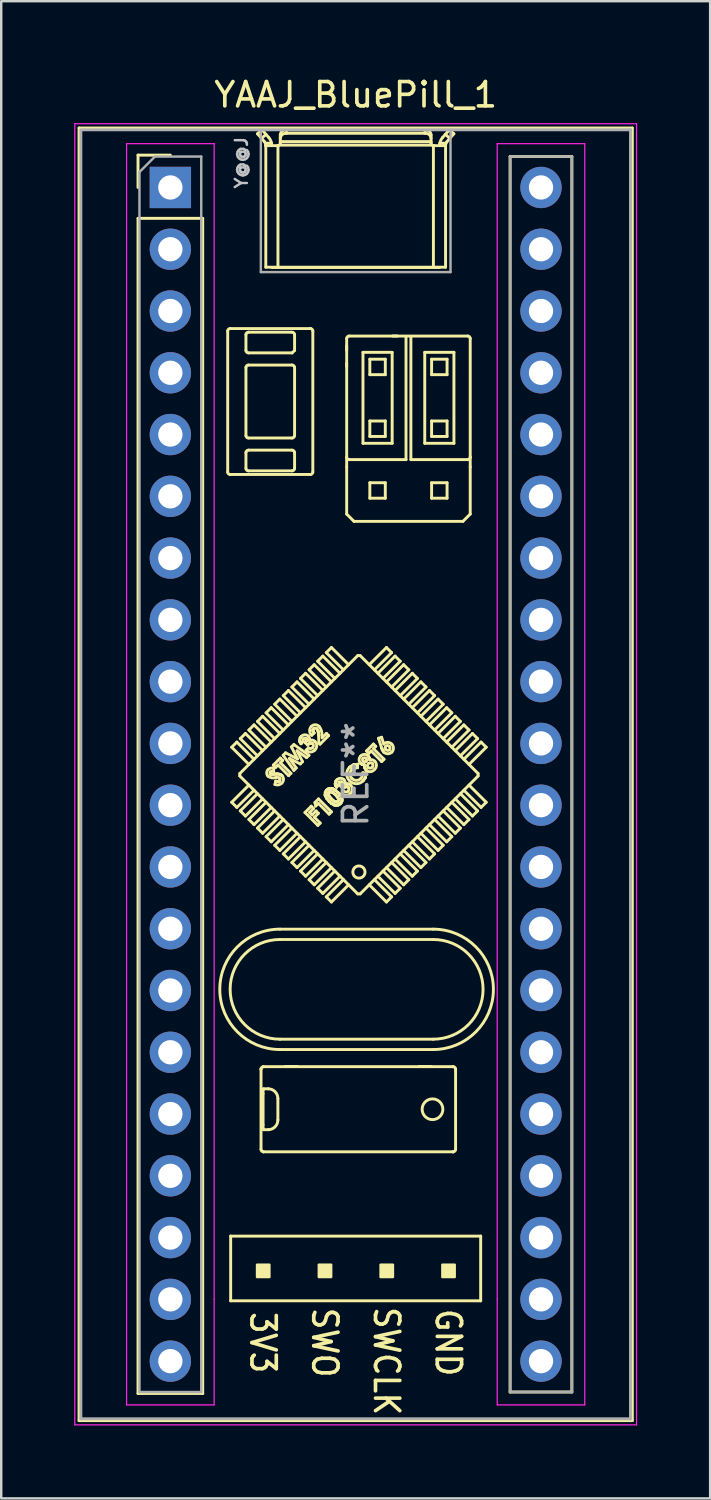
<source format=kicad_pcb>
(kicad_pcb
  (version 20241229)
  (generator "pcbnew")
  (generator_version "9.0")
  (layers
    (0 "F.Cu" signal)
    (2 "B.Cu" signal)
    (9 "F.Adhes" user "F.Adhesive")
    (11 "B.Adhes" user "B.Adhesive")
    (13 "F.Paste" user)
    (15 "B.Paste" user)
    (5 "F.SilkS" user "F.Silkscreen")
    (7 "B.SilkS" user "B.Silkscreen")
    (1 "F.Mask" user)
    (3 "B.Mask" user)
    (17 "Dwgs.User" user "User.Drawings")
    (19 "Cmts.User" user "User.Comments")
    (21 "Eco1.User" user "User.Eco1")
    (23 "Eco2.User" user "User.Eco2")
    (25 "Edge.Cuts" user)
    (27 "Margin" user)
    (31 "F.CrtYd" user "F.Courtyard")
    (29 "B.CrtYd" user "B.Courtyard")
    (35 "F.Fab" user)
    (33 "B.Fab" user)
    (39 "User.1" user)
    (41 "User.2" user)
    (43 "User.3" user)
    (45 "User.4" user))
  (footprint "YAAJ_BluePill_1"
    (layer "F.Cu")
    (at 3.955 4.658)
    (property "Reference" "YAAJ_BluePill_1" (at 7.62 -3.81 0) (layer "F.SilkS") (effects (font (size 1 1) (thickness 0.15))))
    (attr through_hole)
    (fp_line (start -3.755 -2.445) (end 18.995 -2.445) (stroke (width 0.12) (type solid)) (layer "F.SilkS"))
    (fp_line (start -3.755 50.705) (end -3.755 -2.445) (stroke (width 0.12) (type solid)) (layer "F.SilkS"))
    (fp_line (start -1.33 -1.33) (end 0 -1.33) (stroke (width 0.12) (type solid)) (layer "F.SilkS"))
    (fp_line (start -1.33 0) (end -1.33 -1.33) (stroke (width 0.12) (type solid)) (layer "F.SilkS"))
    (fp_line (start -1.33 1.27) (end 1.33 1.27) (stroke (width 0.12) (type solid)) (layer "F.SilkS"))
    (fp_line (start -1.33 49.59) (end -1.33 1.27) (stroke (width 0.12) (type solid)) (layer "F.SilkS"))
    (fp_line (start 1.33 1.27) (end 1.33 49.59) (stroke (width 0.12) (type solid)) (layer "F.SilkS"))
    (fp_line (start 1.33 49.59) (end -1.33 49.59) (stroke (width 0.12) (type solid)) (layer "F.SilkS"))
    (fp_line (start 2.358 5.902) (end 2.358 11.702) (stroke (width 0.12) (type solid)) (layer "F.SilkS"))
    (fp_line (start 2.458 11.802) (end 5.758 11.802) (stroke (width 0.12) (type solid)) (layer "F.SilkS"))
    (fp_line (start 2.48 43.12) (end 2.48 45.78) (stroke (width 0.12) (type solid)) (layer "F.SilkS"))
    (fp_line (start 2.48 45.78) (end 12.76 45.78) (stroke (width 0.12) (type solid)) (layer "F.SilkS"))
    (fp_line (start 2.522 23.017) (end 3.229 23.724) (stroke (width 0.12) (type solid)) (layer "F.SilkS"))
    (fp_line (start 2.522 25.28) (end 3.229 24.573) (stroke (width 0.12) (type solid)) (layer "F.SilkS"))
    (fp_line (start 2.734 22.805) (end 2.522 23.017) (stroke (width 0.12) (type solid)) (layer "F.SilkS"))
    (fp_line (start 2.734 22.805) (end 3.441 23.512) (stroke (width 0.12) (type solid)) (layer "F.SilkS"))
    (fp_line (start 2.734 25.492) (end 2.522 25.28) (stroke (width 0.12) (type solid)) (layer "F.SilkS"))
    (fp_line (start 2.734 25.492) (end 3.441 24.785) (stroke (width 0.12) (type solid)) (layer "F.SilkS"))
    (fp_line (start 2.855 24.199) (end 2.855 24.099) (stroke (width 0.12) (type solid)) (layer "F.SilkS"))
    (fp_line (start 2.855 24.199) (end 7.704 29.048) (stroke (width 0.12) (type solid)) (layer "F.SilkS"))
    (fp_line (start 2.875 22.664) (end 3.583 23.371) (stroke (width 0.12) (type solid)) (layer "F.SilkS"))
    (fp_line (start 2.875 25.634) (end 3.583 24.926) (stroke (width 0.12) (type solid)) (layer "F.SilkS"))
    (fp_line (start 3.088 22.452) (end 2.875 22.664) (stroke (width 0.12) (type solid)) (layer "F.SilkS"))
    (fp_line (start 3.088 22.452) (end 3.795 23.159) (stroke (width 0.12) (type solid)) (layer "F.SilkS"))
    (fp_line (start 3.088 25.846) (end 2.875 25.634) (stroke (width 0.12) (type solid)) (layer "F.SilkS"))
    (fp_line (start 3.088 25.846) (end 3.795 25.139) (stroke (width 0.12) (type solid)) (layer "F.SilkS"))
    (fp_line (start 3.108 6.702) (end 3.108 6.052) (stroke (width 0.12) (type solid)) (layer "F.SilkS"))
    (fp_line (start 3.108 10.202) (end 3.108 7.402) (stroke (width 0.12) (type solid)) (layer "F.SilkS"))
    (fp_line (start 3.108 11.552) (end 3.108 10.902) (stroke (width 0.12) (type solid)) (layer "F.SilkS"))
    (fp_line (start 3.208 5.952) (end 5.008 5.952) (stroke (width 0.12) (type solid)) (layer "F.SilkS"))
    (fp_line (start 3.208 7.302) (end 5.008 7.302) (stroke (width 0.12) (type solid)) (layer "F.SilkS"))
    (fp_line (start 3.208 10.802) (end 5.008 10.802) (stroke (width 0.12) (type solid)) (layer "F.SilkS"))
    (fp_line (start 3.229 22.31) (end 3.936 23.017) (stroke (width 0.12) (type solid)) (layer "F.SilkS"))
    (fp_line (start 3.229 25.987) (end 3.936 25.28) (stroke (width 0.12) (type solid)) (layer "F.SilkS"))
    (fp_line (start 3.441 22.098) (end 3.229 22.31) (stroke (width 0.12) (type solid)) (layer "F.SilkS"))
    (fp_line (start 3.441 22.098) (end 4.148 22.805) (stroke (width 0.12) (type solid)) (layer "F.SilkS"))
    (fp_line (start 3.441 26.199) (end 3.229 25.987) (stroke (width 0.12) (type solid)) (layer "F.SilkS"))
    (fp_line (start 3.441 26.199) (end 4.148 25.492) (stroke (width 0.12) (type solid)) (layer "F.SilkS"))
    (fp_line (start 3.583 -2.207) (end 3.861 -1.891) (stroke (width 0.12) (type solid)) (layer "F.SilkS"))
    (fp_line (start 3.583 21.957) (end 4.29 22.664) (stroke (width 0.12) (type solid)) (layer "F.SilkS"))
    (fp_line (start 3.583 26.341) (end 4.29 25.634) (stroke (width 0.12) (type solid)) (layer "F.SilkS"))
    (fp_line (start 3.728 36.253) (end 3.728 39.553) (stroke (width 0.12) (type solid)) (layer "F.SilkS"))
    (fp_line (start 3.728 36.252) (end 3.728 36.253) (stroke (width 0.12) (type solid)) (layer "F.SilkS"))
    (fp_line (start 3.748 -2.02) (end 3.933 -2.182) (stroke (width 0.12) (type solid)) (layer "F.SilkS"))
    (fp_line (start 3.767 -2.37) (end 3.583 -2.207) (stroke (width 0.12) (type solid)) (layer "F.SilkS"))
    (fp_line (start 3.795 21.744) (end 3.583 21.957) (stroke (width 0.12) (type solid)) (layer "F.SilkS"))
    (fp_line (start 3.795 21.744) (end 4.502 22.452) (stroke (width 0.12) (type solid)) (layer "F.SilkS"))
    (fp_line (start 3.795 26.553) (end 3.583 26.341) (stroke (width 0.12) (type solid)) (layer "F.SilkS"))
    (fp_line (start 3.795 26.553) (end 4.502 25.846) (stroke (width 0.12) (type solid)) (layer "F.SilkS"))
    (fp_line (start 3.812 38.544) (end 3.812 37.262) (stroke (width 0.12) (type solid)) (layer "F.SilkS"))
    (fp_line (start 3.827 39.653) (end 3.828 39.653) (stroke (width 0.12) (type solid)) (layer "F.SilkS"))
    (fp_line (start 3.828 36.153) (end 3.827 36.153) (stroke (width 0.12) (type solid)) (layer "F.SilkS"))
    (fp_line (start 3.828 36.153) (end 11.628 36.153) (stroke (width 0.12) (type solid)) (layer "F.SilkS"))
    (fp_line (start 3.828 39.653) (end 11.628 39.653) (stroke (width 0.12) (type solid)) (layer "F.SilkS"))
    (fp_line (start 3.834 38.744) (end 4.021 38.744) (stroke (width 0.12) (type solid)) (layer "F.SilkS"))
    (fp_line (start 3.924 -1.728) (end 3.929 -1.72) (stroke (width 0.12) (type solid)) (layer "F.SilkS"))
    (fp_line (start 3.924 -1.726) (end 3.924 -1.728) (stroke (width 0.12) (type solid)) (layer "F.SilkS"))
    (fp_line (start 3.924 -1.726) (end 3.924 3.28) (stroke (width 0.12) (type solid)) (layer "F.SilkS"))
    (fp_line (start 3.929 -1.72) (end 3.93 -1.72) (stroke (width 0.12) (type solid)) (layer "F.SilkS"))
    (fp_line (start 3.93 -1.72) (end 4.42 -1.72) (stroke (width 0.12) (type solid)) (layer "F.SilkS"))
    (fp_line (start 3.936 21.603) (end 4.643 22.31) (stroke (width 0.12) (type solid)) (layer "F.SilkS"))
    (fp_line (start 3.936 26.694) (end 4.643 25.987) (stroke (width 0.12) (type solid)) (layer "F.SilkS"))
    (fp_line (start 4.021 37.062) (end 3.834 37.062) (stroke (width 0.12) (type solid)) (layer "F.SilkS"))
    (fp_line (start 4.045 -2.055) (end 3.767 -2.37) (stroke (width 0.12) (type solid)) (layer "F.SilkS"))
    (fp_line (start 4.108 24.11) (end 4.126 24.122) (stroke (width 0.12) (type solid)) (layer "F.SilkS"))
    (fp_line (start 4.108 24.11) (end 4.126 24.122) (stroke (width 0.12) (type solid)) (layer "F.SilkS"))
    (fp_line (start 4.126 24.122) (end 4.142 24.127) (stroke (width 0.12) (type solid)) (layer "F.SilkS"))
    (fp_line (start 4.126 24.122) (end 4.142 24.127) (stroke (width 0.12) (type solid)) (layer "F.SilkS"))
    (fp_line (start 4.142 24.127) (end 4.221 24.127) (stroke (width 0.12) (type solid)) (layer "F.SilkS"))
    (fp_line (start 4.142 24.127) (end 4.221 24.127) (stroke (width 0.12) (type solid)) (layer "F.SilkS"))
    (fp_line (start 4.148 21.391) (end 3.936 21.603) (stroke (width 0.12) (type solid)) (layer "F.SilkS"))
    (fp_line (start 4.148 21.391) (end 4.855 22.098) (stroke (width 0.12) (type solid)) (layer "F.SilkS"))
    (fp_line (start 4.148 26.906) (end 3.936 26.694) (stroke (width 0.12) (type solid)) (layer "F.SilkS"))
    (fp_line (start 4.148 26.906) (end 4.855 26.199) (stroke (width 0.12) (type solid)) (layer "F.SilkS"))
    (fp_line (start 4.161 -1.82) (end 3.905 -1.82) (stroke (width 0.12) (type solid)) (layer "F.SilkS"))
    (fp_line (start 4.17 -1.72) (end 4.17 -1.724) (stroke (width 0.12) (type solid)) (layer "F.SilkS"))
    (fp_line (start 4.221 24.127) (end 4.283 24.123) (stroke (width 0.12) (type solid)) (layer "F.SilkS"))
    (fp_line (start 4.221 24.127) (end 4.283 24.123) (stroke (width 0.12) (type solid)) (layer "F.SilkS"))
    (fp_line (start 4.236 23.749) (end 4.522 23.463) (stroke (width 0.12) (type solid)) (layer "F.SilkS"))
    (fp_line (start 4.253 23.874) (end 4.247 24.011) (stroke (width 0.12) (type solid)) (layer "F.SilkS"))
    (fp_line (start 4.283 24.123) (end 4.355 24.118) (stroke (width 0.12) (type solid)) (layer "F.SilkS"))
    (fp_line (start 4.283 24.123) (end 4.355 24.118) (stroke (width 0.12) (type solid)) (layer "F.SilkS"))
    (fp_line (start 4.29 21.249) (end 4.997 21.957) (stroke (width 0.12) (type solid)) (layer "F.SilkS"))
    (fp_line (start 4.29 27.048) (end 4.997 26.341) (stroke (width 0.12) (type solid)) (layer "F.SilkS"))
    (fp_line (start 4.3 24.547) (end 4.334 24.413) (stroke (width 0.12) (type solid)) (layer "F.SilkS"))
    (fp_line (start 4.331 23.844) (end 4.236 23.749) (stroke (width 0.12) (type solid)) (layer "F.SilkS"))
    (fp_line (start 4.334 24.413) (end 4.424 24.424) (stroke (width 0.12) (type solid)) (layer "F.SilkS"))
    (fp_line (start 4.334 24.413) (end 4.424 24.424) (stroke (width 0.12) (type solid)) (layer "F.SilkS"))
    (fp_line (start 4.355 24.118) (end 4.412 24.116) (stroke (width 0.12) (type solid)) (layer "F.SilkS"))
    (fp_line (start 4.355 24.118) (end 4.412 24.116) (stroke (width 0.12) (type solid)) (layer "F.SilkS"))
    (fp_line (start 4.412 24.116) (end 4.518 24.135) (stroke (width 0.12) (type solid)) (layer "F.SilkS"))
    (fp_line (start 4.412 24.116) (end 4.518 24.135) (stroke (width 0.12) (type solid)) (layer "F.SilkS"))
    (fp_line (start 4.42 -1.72) (end 4.424 -1.72) (stroke (width 0.12) (type solid)) (layer "F.SilkS"))
    (fp_line (start 4.421 37.462) (end 4.421 38.344) (stroke (width 0.12) (type solid)) (layer "F.SilkS"))
    (fp_line (start 4.424 -1.72) (end 4.424 3.29) (stroke (width 0.12) (type solid)) (layer "F.SilkS"))
    (fp_line (start 4.424 24.424) (end 4.459 24.415) (stroke (width 0.12) (type solid)) (layer "F.SilkS"))
    (fp_line (start 4.424 24.424) (end 4.459 24.415) (stroke (width 0.12) (type solid)) (layer "F.SilkS"))
    (fp_line (start 4.427 23.749) (end 4.331 23.844) (stroke (width 0.12) (type solid)) (layer "F.SilkS"))
    (fp_line (start 4.459 24.415) (end 4.489 24.394) (stroke (width 0.12) (type solid)) (layer "F.SilkS"))
    (fp_line (start 4.459 24.415) (end 4.489 24.394) (stroke (width 0.12) (type solid)) (layer "F.SilkS"))
    (fp_line (start 4.502 21.037) (end 4.29 21.249) (stroke (width 0.12) (type solid)) (layer "F.SilkS"))
    (fp_line (start 4.502 21.037) (end 5.209 21.744) (stroke (width 0.12) (type solid)) (layer "F.SilkS"))
    (fp_line (start 4.502 27.26) (end 4.29 27.048) (stroke (width 0.12) (type solid)) (layer "F.SilkS"))
    (fp_line (start 4.502 27.26) (end 5.209 26.553) (stroke (width 0.12) (type solid)) (layer "F.SilkS"))
    (fp_line (start 4.508 30.923) (end 10.808 30.923) (stroke (width 0.12) (type solid)) (layer "F.SilkS"))
    (fp_line (start 4.508 35.448) (end 10.808 35.448) (stroke (width 0.12) (type solid)) (layer "F.SilkS"))
    (fp_line (start 4.518 24.135) (end 4.588 24.183) (stroke (width 0.12) (type solid)) (layer "F.SilkS"))
    (fp_line (start 4.518 24.135) (end 4.588 24.183) (stroke (width 0.12) (type solid)) (layer "F.SilkS"))
    (fp_line (start 4.52 -2.165) (end 4.52 -1.82) (stroke (width 0.12) (type solid)) (layer "F.SilkS"))
    (fp_line (start 4.52 -1.885) (end 10.72 -1.885) (stroke (width 0.12) (type solid)) (layer "F.SilkS"))
    (fp_line (start 4.522 23.463) (end 4.617 23.559) (stroke (width 0.12) (type solid)) (layer "F.SilkS"))
    (fp_line (start 4.522 23.654) (end 4.957 24.089) (stroke (width 0.12) (type solid)) (layer "F.SilkS"))
    (fp_line (start 4.617 23.559) (end 4.522 23.654) (stroke (width 0.12) (type solid)) (layer "F.SilkS"))
    (fp_line (start 4.639 23.347) (end 4.737 23.248) (stroke (width 0.12) (type solid)) (layer "F.SilkS"))
    (fp_line (start 4.643 20.896) (end 5.35 21.603) (stroke (width 0.12) (type solid)) (layer "F.SilkS"))
    (fp_line (start 4.643 27.401) (end 5.35 26.694) (stroke (width 0.12) (type solid)) (layer "F.SilkS"))
    (fp_line (start 4.737 23.248) (end 5.228 23.497) (stroke (width 0.12) (type solid)) (layer "F.SilkS"))
    (fp_line (start 4.77 -2.227) (end 4.77 -2.37) (stroke (width 0.12) (type solid)) (layer "F.SilkS"))
    (fp_line (start 4.855 20.684) (end 4.643 20.896) (stroke (width 0.12) (type solid)) (layer "F.SilkS"))
    (fp_line (start 4.855 20.684) (end 5.562 21.391) (stroke (width 0.12) (type solid)) (layer "F.SilkS"))
    (fp_line (start 4.855 27.613) (end 4.643 27.401) (stroke (width 0.12) (type solid)) (layer "F.SilkS"))
    (fp_line (start 4.855 27.613) (end 5.562 26.906) (stroke (width 0.12) (type solid)) (layer "F.SilkS"))
    (fp_line (start 4.862 24.184) (end 4.427 23.749) (stroke (width 0.12) (type solid)) (layer "F.SilkS"))
    (fp_line (start 4.897 23.479) (end 5.176 23.87) (stroke (width 0.12) (type solid)) (layer "F.SilkS"))
    (fp_line (start 4.957 24.089) (end 4.862 24.184) (stroke (width 0.12) (type solid)) (layer "F.SilkS"))
    (fp_line (start 4.98 23.005) (end 5.078 22.907) (stroke (width 0.12) (type solid)) (layer "F.SilkS"))
    (fp_line (start 4.997 20.542) (end 5.704 21.249) (stroke (width 0.12) (type solid)) (layer "F.SilkS"))
    (fp_line (start 4.997 27.755) (end 5.704 27.048) (stroke (width 0.12) (type solid)) (layer "F.SilkS"))
    (fp_line (start 5.008 6.802) (end 3.208 6.802) (stroke (width 0.12) (type solid)) (layer "F.SilkS"))
    (fp_line (start 5.008 10.302) (end 3.208 10.302) (stroke (width 0.12) (type solid)) (layer "F.SilkS"))
    (fp_line (start 5.008 11.652) (end 3.208 11.652) (stroke (width 0.12) (type solid)) (layer "F.SilkS"))
    (fp_line (start 5.078 22.907) (end 5.698 23.348) (stroke (width 0.12) (type solid)) (layer "F.SilkS"))
    (fp_line (start 5.079 23.967) (end 4.639 23.347) (stroke (width 0.12) (type solid)) (layer "F.SilkS"))
    (fp_line (start 5.108 6.052) (end 5.108 6.702) (stroke (width 0.12) (type solid)) (layer "F.SilkS"))
    (fp_line (start 5.108 6.702) (end 5.008 6.802) (stroke (width 0.12) (type solid)) (layer "F.SilkS"))
    (fp_line (start 5.108 7.402) (end 5.108 10.202) (stroke (width 0.12) (type solid)) (layer "F.SilkS"))
    (fp_line (start 5.108 10.902) (end 5.108 11.552) (stroke (width 0.12) (type solid)) (layer "F.SilkS"))
    (fp_line (start 5.176 23.87) (end 5.079 23.967) (stroke (width 0.12) (type solid)) (layer "F.SilkS"))
    (fp_line (start 5.209 20.33) (end 4.997 20.542) (stroke (width 0.12) (type solid)) (layer "F.SilkS"))
    (fp_line (start 5.209 20.33) (end 5.916 21.037) (stroke (width 0.12) (type solid)) (layer "F.SilkS"))
    (fp_line (start 5.209 27.967) (end 4.997 27.755) (stroke (width 0.12) (type solid)) (layer "F.SilkS"))
    (fp_line (start 5.209 27.967) (end 5.916 27.26) (stroke (width 0.12) (type solid)) (layer "F.SilkS"))
    (fp_line (start 5.21 23.166) (end 5.435 23.611) (stroke (width 0.12) (type solid)) (layer "F.SilkS"))
    (fp_line (start 5.228 36.143) (end 4.728 36.143) (stroke (width 0.12) (type solid)) (layer "F.SilkS"))
    (fp_line (start 5.228 23.497) (end 4.98 23.005) (stroke (width 0.12) (type solid)) (layer "F.SilkS"))
    (fp_line (start 5.319 22.738) (end 5.339 22.637) (stroke (width 0.12) (type solid)) (layer "F.SilkS"))
    (fp_line (start 5.319 22.738) (end 5.339 22.637) (stroke (width 0.12) (type solid)) (layer "F.SilkS"))
    (fp_line (start 5.331 22.801) (end 5.319 22.738) (stroke (width 0.12) (type solid)) (layer "F.SilkS"))
    (fp_line (start 5.331 22.801) (end 5.319 22.738) (stroke (width 0.12) (type solid)) (layer "F.SilkS"))
    (fp_line (start 5.339 22.637) (end 5.387 22.571) (stroke (width 0.12) (type solid)) (layer "F.SilkS"))
    (fp_line (start 5.339 22.637) (end 5.387 22.571) (stroke (width 0.12) (type solid)) (layer "F.SilkS"))
    (fp_line (start 5.342 23.704) (end 4.897 23.479) (stroke (width 0.12) (type solid)) (layer "F.SilkS"))
    (fp_line (start 5.35 20.189) (end 6.057 20.896) (stroke (width 0.12) (type solid)) (layer "F.SilkS"))
    (fp_line (start 5.35 28.108) (end 6.057 27.401) (stroke (width 0.12) (type solid)) (layer "F.SilkS"))
    (fp_line (start 5.372 22.872) (end 5.331 22.801) (stroke (width 0.12) (type solid)) (layer "F.SilkS"))
    (fp_line (start 5.372 22.872) (end 5.331 22.801) (stroke (width 0.12) (type solid)) (layer "F.SilkS"))
    (fp_line (start 5.435 23.611) (end 5.342 23.704) (stroke (width 0.12) (type solid)) (layer "F.SilkS"))
    (fp_line (start 5.467 22.777) (end 5.372 22.872) (stroke (width 0.12) (type solid)) (layer "F.SilkS"))
    (fp_line (start 5.535 25.7) (end 5.793 25.442) (stroke (width 0.12) (type solid)) (layer "F.SilkS"))
    (fp_line (start 5.549 22.831) (end 5.6 22.752) (stroke (width 0.12) (type solid)) (layer "F.SilkS"))
    (fp_line (start 5.549 22.831) (end 5.6 22.752) (stroke (width 0.12) (type solid)) (layer "F.SilkS"))
    (fp_line (start 5.562 19.977) (end 5.35 20.189) (stroke (width 0.12) (type solid)) (layer "F.SilkS"))
    (fp_line (start 5.562 19.977) (end 6.27 20.684) (stroke (width 0.12) (type solid)) (layer "F.SilkS"))
    (fp_line (start 5.562 28.321) (end 5.35 28.108) (stroke (width 0.12) (type solid)) (layer "F.SilkS"))
    (fp_line (start 5.562 28.321) (end 6.27 27.613) (stroke (width 0.12) (type solid)) (layer "F.SilkS"))
    (fp_line (start 5.583 23.137) (end 5.678 23.042) (stroke (width 0.12) (type solid)) (layer "F.SilkS"))
    (fp_line (start 5.598 22.683) (end 5.585 22.664) (stroke (width 0.12) (type solid)) (layer "F.SilkS"))
    (fp_line (start 5.598 22.683) (end 5.585 22.664) (stroke (width 0.12) (type solid)) (layer "F.SilkS"))
    (fp_line (start 5.6 22.752) (end 5.605 22.706) (stroke (width 0.12) (type solid)) (layer "F.SilkS"))
    (fp_line (start 5.6 22.752) (end 5.605 22.706) (stroke (width 0.12) (type solid)) (layer "F.SilkS"))
    (fp_line (start 5.602 23.444) (end 5.21 23.166) (stroke (width 0.12) (type solid)) (layer "F.SilkS"))
    (fp_line (start 5.605 22.706) (end 5.598 22.683) (stroke (width 0.12) (type solid)) (layer "F.SilkS"))
    (fp_line (start 5.605 22.706) (end 5.598 22.683) (stroke (width 0.12) (type solid)) (layer "F.SilkS"))
    (fp_line (start 5.637 22.92) (end 5.549 22.831) (stroke (width 0.12) (type solid)) (layer "F.SilkS"))
    (fp_line (start 5.698 23.348) (end 5.602 23.444) (stroke (width 0.12) (type solid)) (layer "F.SilkS"))
    (fp_line (start 5.704 19.835) (end 6.411 20.542) (stroke (width 0.12) (type solid)) (layer "F.SilkS"))
    (fp_line (start 5.704 28.462) (end 6.411 27.755) (stroke (width 0.12) (type solid)) (layer "F.SilkS"))
    (fp_line (start 5.725 25.7) (end 5.827 25.802) (stroke (width 0.12) (type solid)) (layer "F.SilkS"))
    (fp_line (start 5.738 22.854) (end 5.637 22.92) (stroke (width 0.12) (type solid)) (layer "F.SilkS"))
    (fp_line (start 5.738 22.854) (end 5.637 22.92) (stroke (width 0.12) (type solid)) (layer "F.SilkS"))
    (fp_line (start 5.758 5.802) (end 2.458 5.802) (stroke (width 0.12) (type solid)) (layer "F.SilkS"))
    (fp_line (start 5.762 5.802) (end 5.758 5.802) (stroke (width 0.12) (type solid)) (layer "F.SilkS"))
    (fp_line (start 5.793 25.442) (end 5.888 25.537) (stroke (width 0.12) (type solid)) (layer "F.SilkS"))
    (fp_line (start 5.798 22.849) (end 5.738 22.854) (stroke (width 0.12) (type solid)) (layer "F.SilkS"))
    (fp_line (start 5.798 22.849) (end 5.738 22.854) (stroke (width 0.12) (type solid)) (layer "F.SilkS"))
    (fp_line (start 5.827 25.802) (end 5.99 25.639) (stroke (width 0.12) (type solid)) (layer "F.SilkS"))
    (fp_line (start 5.827 22.858) (end 5.798 22.849) (stroke (width 0.12) (type solid)) (layer "F.SilkS"))
    (fp_line (start 5.827 22.858) (end 5.798 22.849) (stroke (width 0.12) (type solid)) (layer "F.SilkS"))
    (fp_line (start 5.852 22.876) (end 5.827 22.858) (stroke (width 0.12) (type solid)) (layer "F.SilkS"))
    (fp_line (start 5.852 22.876) (end 5.827 22.858) (stroke (width 0.12) (type solid)) (layer "F.SilkS"))
    (fp_line (start 5.858 11.702) (end 5.858 5.902) (stroke (width 0.12) (type solid)) (layer "F.SilkS"))
    (fp_line (start 5.862 22.307) (end 5.866 22.36) (stroke (width 0.12) (type solid)) (layer "F.SilkS"))
    (fp_line (start 5.862 22.307) (end 5.866 22.36) (stroke (width 0.12) (type solid)) (layer "F.SilkS"))
    (fp_line (start 5.866 22.36) (end 5.909 22.43) (stroke (width 0.12) (type solid)) (layer "F.SilkS"))
    (fp_line (start 5.866 22.36) (end 5.909 22.43) (stroke (width 0.12) (type solid)) (layer "F.SilkS"))
    (fp_line (start 5.887 22.261) (end 5.862 22.307) (stroke (width 0.12) (type solid)) (layer "F.SilkS"))
    (fp_line (start 5.887 22.261) (end 5.862 22.307) (stroke (width 0.12) (type solid)) (layer "F.SilkS"))
    (fp_line (start 5.888 25.537) (end 5.725 25.7) (stroke (width 0.12) (type solid)) (layer "F.SilkS"))
    (fp_line (start 5.909 22.43) (end 5.814 22.525) (stroke (width 0.12) (type solid)) (layer "F.SilkS"))
    (fp_line (start 5.916 19.623) (end 5.704 19.835) (stroke (width 0.12) (type solid)) (layer "F.SilkS"))
    (fp_line (start 5.916 19.623) (end 6.623 20.33) (stroke (width 0.12) (type solid)) (layer "F.SilkS"))
    (fp_line (start 5.916 28.674) (end 5.704 28.462) (stroke (width 0.12) (type solid)) (layer "F.SilkS"))
    (fp_line (start 5.916 28.674) (end 6.623 27.967) (stroke (width 0.12) (type solid)) (layer "F.SilkS"))
    (fp_line (start 5.922 25.898) (end 6.16 26.136) (stroke (width 0.12) (type solid)) (layer "F.SilkS"))
    (fp_line (start 5.945 25.29) (end 6.092 25.143) (stroke (width 0.12) (type solid)) (layer "F.SilkS"))
    (fp_line (start 5.977 25.435) (end 5.945 25.29) (stroke (width 0.12) (type solid)) (layer "F.SilkS"))
    (fp_line (start 5.99 25.639) (end 6.086 25.734) (stroke (width 0.12) (type solid)) (layer "F.SilkS"))
    (fp_line (start 6.057 19.482) (end 6.765 20.189) (stroke (width 0.12) (type solid)) (layer "F.SilkS"))
    (fp_line (start 6.057 28.815) (end 6.765 28.108) (stroke (width 0.12) (type solid)) (layer "F.SilkS"))
    (fp_line (start 6.065 26.231) (end 5.535 25.7) (stroke (width 0.12) (type solid)) (layer "F.SilkS"))
    (fp_line (start 6.08 22.368) (end 6.027 22.263) (stroke (width 0.12) (type solid)) (layer "F.SilkS"))
    (fp_line (start 6.08 22.368) (end 6.027 22.263) (stroke (width 0.12) (type solid)) (layer "F.SilkS"))
    (fp_line (start 6.086 25.326) (end 5.977 25.435) (stroke (width 0.12) (type solid)) (layer "F.SilkS"))
    (fp_line (start 6.086 25.734) (end 5.922 25.898) (stroke (width 0.12) (type solid)) (layer "F.SilkS"))
    (fp_line (start 6.092 25.143) (end 6.623 25.673) (stroke (width 0.12) (type solid)) (layer "F.SilkS"))
    (fp_line (start 6.095 22.52) (end 6.08 22.368) (stroke (width 0.12) (type solid)) (layer "F.SilkS"))
    (fp_line (start 6.095 22.52) (end 6.08 22.368) (stroke (width 0.12) (type solid)) (layer "F.SilkS"))
    (fp_line (start 6.105 22.844) (end 6.095 22.52) (stroke (width 0.12) (type solid)) (layer "F.SilkS"))
    (fp_line (start 6.154 22.892) (end 6.105 22.844) (stroke (width 0.12) (type solid)) (layer "F.SilkS"))
    (fp_line (start 6.16 26.136) (end 6.065 26.231) (stroke (width 0.12) (type solid)) (layer "F.SilkS"))
    (fp_line (start 6.232 22.51) (end 6.24 22.629) (stroke (width 0.12) (type solid)) (layer "F.SilkS"))
    (fp_line (start 6.24 22.629) (end 6.419 22.45) (stroke (width 0.12) (type solid)) (layer "F.SilkS"))
    (fp_line (start 6.27 19.27) (end 6.057 19.482) (stroke (width 0.12) (type solid)) (layer "F.SilkS"))
    (fp_line (start 6.27 19.27) (end 6.977 19.977) (stroke (width 0.12) (type solid)) (layer "F.SilkS"))
    (fp_line (start 6.27 29.028) (end 6.057 28.815) (stroke (width 0.12) (type solid)) (layer "F.SilkS"))
    (fp_line (start 6.27 29.028) (end 6.977 28.321) (stroke (width 0.12) (type solid)) (layer "F.SilkS"))
    (fp_line (start 6.365 24.988) (end 6.373 24.863) (stroke (width 0.12) (type solid)) (layer "F.SilkS"))
    (fp_line (start 6.365 24.988) (end 6.373 24.863) (stroke (width 0.12) (type solid)) (layer "F.SilkS"))
    (fp_line (start 6.373 24.863) (end 6.427 24.781) (stroke (width 0.12) (type solid)) (layer "F.SilkS"))
    (fp_line (start 6.373 24.863) (end 6.427 24.781) (stroke (width 0.12) (type solid)) (layer "F.SilkS"))
    (fp_line (start 6.411 19.128) (end 7.118 19.835) (stroke (width 0.12) (type solid)) (layer "F.SilkS"))
    (fp_line (start 6.411 29.169) (end 7.118 28.462) (stroke (width 0.12) (type solid)) (layer "F.SilkS"))
    (fp_line (start 6.419 22.45) (end 6.507 22.539) (stroke (width 0.12) (type solid)) (layer "F.SilkS"))
    (fp_line (start 6.421 25.111) (end 6.365 24.988) (stroke (width 0.12) (type solid)) (layer "F.SilkS"))
    (fp_line (start 6.421 25.111) (end 6.365 24.988) (stroke (width 0.12) (type solid)) (layer "F.SilkS"))
    (fp_line (start 6.427 24.781) (end 6.48 24.74) (stroke (width 0.12) (type solid)) (layer "F.SilkS"))
    (fp_line (start 6.427 24.781) (end 6.48 24.74) (stroke (width 0.12) (type solid)) (layer "F.SilkS"))
    (fp_line (start 6.48 24.74) (end 6.541 24.715) (stroke (width 0.12) (type solid)) (layer "F.SilkS"))
    (fp_line (start 6.48 24.74) (end 6.541 24.715) (stroke (width 0.12) (type solid)) (layer "F.SilkS"))
    (fp_line (start 6.496 24.948) (end 6.524 25.024) (stroke (width 0.12) (type solid)) (layer "F.SilkS"))
    (fp_line (start 6.496 24.948) (end 6.524 25.024) (stroke (width 0.12) (type solid)) (layer "F.SilkS"))
    (fp_line (start 6.503 24.908) (end 6.496 24.948) (stroke (width 0.12) (type solid)) (layer "F.SilkS"))
    (fp_line (start 6.503 24.908) (end 6.496 24.948) (stroke (width 0.12) (type solid)) (layer "F.SilkS"))
    (fp_line (start 6.507 22.539) (end 6.154 22.892) (stroke (width 0.12) (type solid)) (layer "F.SilkS"))
    (fp_line (start 6.524 25.024) (end 6.629 25.149) (stroke (width 0.12) (type solid)) (layer "F.SilkS"))
    (fp_line (start 6.524 25.024) (end 6.629 25.149) (stroke (width 0.12) (type solid)) (layer "F.SilkS"))
    (fp_line (start 6.525 24.874) (end 6.503 24.908) (stroke (width 0.12) (type solid)) (layer "F.SilkS"))
    (fp_line (start 6.525 24.874) (end 6.503 24.908) (stroke (width 0.12) (type solid)) (layer "F.SilkS"))
    (fp_line (start 6.528 25.768) (end 6.086 25.326) (stroke (width 0.12) (type solid)) (layer "F.SilkS"))
    (fp_line (start 6.533 25.243) (end 6.421 25.111) (stroke (width 0.12) (type solid)) (layer "F.SilkS"))
    (fp_line (start 6.533 25.243) (end 6.421 25.111) (stroke (width 0.12) (type solid)) (layer "F.SilkS"))
    (fp_line (start 6.541 24.715) (end 6.608 24.71) (stroke (width 0.12) (type solid)) (layer "F.SilkS"))
    (fp_line (start 6.541 24.715) (end 6.608 24.71) (stroke (width 0.12) (type solid)) (layer "F.SilkS"))
    (fp_line (start 6.558 24.852) (end 6.525 24.874) (stroke (width 0.12) (type solid)) (layer "F.SilkS"))
    (fp_line (start 6.558 24.852) (end 6.525 24.874) (stroke (width 0.12) (type solid)) (layer "F.SilkS"))
    (fp_line (start 6.597 24.848) (end 6.558 24.852) (stroke (width 0.12) (type solid)) (layer "F.SilkS"))
    (fp_line (start 6.597 24.848) (end 6.558 24.852) (stroke (width 0.12) (type solid)) (layer "F.SilkS"))
    (fp_line (start 6.608 24.71) (end 6.673 24.725) (stroke (width 0.12) (type solid)) (layer "F.SilkS"))
    (fp_line (start 6.608 24.71) (end 6.673 24.725) (stroke (width 0.12) (type solid)) (layer "F.SilkS"))
    (fp_line (start 6.623 25.673) (end 6.528 25.768) (stroke (width 0.12) (type solid)) (layer "F.SilkS"))
    (fp_line (start 6.623 18.916) (end 6.411 19.128) (stroke (width 0.12) (type solid)) (layer "F.SilkS"))
    (fp_line (start 6.623 18.916) (end 7.33 19.623) (stroke (width 0.12) (type solid)) (layer "F.SilkS"))
    (fp_line (start 6.623 29.381) (end 6.411 29.169) (stroke (width 0.12) (type solid)) (layer "F.SilkS"))
    (fp_line (start 6.623 29.381) (end 7.33 28.674) (stroke (width 0.12) (type solid)) (layer "F.SilkS"))
    (fp_line (start 6.629 25.149) (end 6.749 25.246) (stroke (width 0.12) (type solid)) (layer "F.SilkS"))
    (fp_line (start 6.629 25.149) (end 6.749 25.246) (stroke (width 0.12) (type solid)) (layer "F.SilkS"))
    (fp_line (start 6.631 25.331) (end 6.533 25.243) (stroke (width 0.12) (type solid)) (layer "F.SilkS"))
    (fp_line (start 6.631 25.331) (end 6.533 25.243) (stroke (width 0.12) (type solid)) (layer "F.SilkS"))
    (fp_line (start 6.671 24.873) (end 6.597 24.848) (stroke (width 0.12) (type solid)) (layer "F.SilkS"))
    (fp_line (start 6.671 24.873) (end 6.597 24.848) (stroke (width 0.12) (type solid)) (layer "F.SilkS"))
    (fp_line (start 6.673 24.725) (end 6.788 24.789) (stroke (width 0.12) (type solid)) (layer "F.SilkS"))
    (fp_line (start 6.673 24.725) (end 6.788 24.789) (stroke (width 0.12) (type solid)) (layer "F.SilkS"))
    (fp_line (start 6.746 25.394) (end 6.631 25.331) (stroke (width 0.12) (type solid)) (layer "F.SilkS"))
    (fp_line (start 6.746 25.394) (end 6.631 25.331) (stroke (width 0.12) (type solid)) (layer "F.SilkS"))
    (fp_line (start 6.749 25.246) (end 6.822 25.268) (stroke (width 0.12) (type solid)) (layer "F.SilkS"))
    (fp_line (start 6.749 25.246) (end 6.822 25.268) (stroke (width 0.12) (type solid)) (layer "F.SilkS"))
    (fp_line (start 6.781 24.526) (end 6.801 24.425) (stroke (width 0.12) (type solid)) (layer "F.SilkS"))
    (fp_line (start 6.781 24.526) (end 6.801 24.425) (stroke (width 0.12) (type solid)) (layer "F.SilkS"))
    (fp_line (start 6.788 24.789) (end 6.888 24.878) (stroke (width 0.12) (type solid)) (layer "F.SilkS"))
    (fp_line (start 6.788 24.789) (end 6.888 24.878) (stroke (width 0.12) (type solid)) (layer "F.SilkS"))
    (fp_line (start 6.793 24.973) (end 6.671 24.873) (stroke (width 0.12) (type solid)) (layer "F.SilkS"))
    (fp_line (start 6.793 24.973) (end 6.671 24.873) (stroke (width 0.12) (type solid)) (layer "F.SilkS"))
    (fp_line (start 6.793 24.589) (end 6.781 24.526) (stroke (width 0.12) (type solid)) (layer "F.SilkS"))
    (fp_line (start 6.793 24.589) (end 6.781 24.526) (stroke (width 0.12) (type solid)) (layer "F.SilkS"))
    (fp_line (start 6.801 24.425) (end 6.849 24.359) (stroke (width 0.12) (type solid)) (layer "F.SilkS"))
    (fp_line (start 6.801 24.425) (end 6.849 24.359) (stroke (width 0.12) (type solid)) (layer "F.SilkS"))
    (fp_line (start 6.811 25.407) (end 6.746 25.394) (stroke (width 0.12) (type solid)) (layer "F.SilkS"))
    (fp_line (start 6.811 25.407) (end 6.746 25.394) (stroke (width 0.12) (type solid)) (layer "F.SilkS"))
    (fp_line (start 6.822 25.268) (end 6.86 25.262) (stroke (width 0.12) (type solid)) (layer "F.SilkS"))
    (fp_line (start 6.822 25.268) (end 6.86 25.262) (stroke (width 0.12) (type solid)) (layer "F.SilkS"))
    (fp_line (start 6.834 24.66) (end 6.793 24.589) (stroke (width 0.12) (type solid)) (layer "F.SilkS"))
    (fp_line (start 6.834 24.66) (end 6.793 24.589) (stroke (width 0.12) (type solid)) (layer "F.SilkS"))
    (fp_line (start 6.856 25.043) (end 6.793 24.973) (stroke (width 0.12) (type solid)) (layer "F.SilkS"))
    (fp_line (start 6.856 25.043) (end 6.793 24.973) (stroke (width 0.12) (type solid)) (layer "F.SilkS"))
    (fp_line (start 6.86 25.262) (end 6.892 25.241) (stroke (width 0.12) (type solid)) (layer "F.SilkS"))
    (fp_line (start 6.86 25.262) (end 6.892 25.241) (stroke (width 0.12) (type solid)) (layer "F.SilkS"))
    (fp_line (start 6.876 25.402) (end 6.811 25.407) (stroke (width 0.12) (type solid)) (layer "F.SilkS"))
    (fp_line (start 6.876 25.402) (end 6.811 25.407) (stroke (width 0.12) (type solid)) (layer "F.SilkS"))
    (fp_line (start 6.888 24.878) (end 6.976 24.977) (stroke (width 0.12) (type solid)) (layer "F.SilkS"))
    (fp_line (start 6.888 24.878) (end 6.976 24.977) (stroke (width 0.12) (type solid)) (layer "F.SilkS"))
    (fp_line (start 6.914 25.146) (end 6.856 25.043) (stroke (width 0.12) (type solid)) (layer "F.SilkS"))
    (fp_line (start 6.914 25.146) (end 6.856 25.043) (stroke (width 0.12) (type solid)) (layer "F.SilkS"))
    (fp_line (start 6.929 24.565) (end 6.834 24.66) (stroke (width 0.12) (type solid)) (layer "F.SilkS"))
    (fp_line (start 6.936 25.377) (end 6.876 25.402) (stroke (width 0.12) (type solid)) (layer "F.SilkS"))
    (fp_line (start 6.936 25.377) (end 6.876 25.402) (stroke (width 0.12) (type solid)) (layer "F.SilkS"))
    (fp_line (start 6.976 24.977) (end 7.041 25.092) (stroke (width 0.12) (type solid)) (layer "F.SilkS"))
    (fp_line (start 6.976 24.977) (end 7.041 25.092) (stroke (width 0.12) (type solid)) (layer "F.SilkS"))
    (fp_line (start 6.988 25.335) (end 6.936 25.377) (stroke (width 0.12) (type solid)) (layer "F.SilkS"))
    (fp_line (start 6.988 25.335) (end 6.936 25.377) (stroke (width 0.12) (type solid)) (layer "F.SilkS"))
    (fp_line (start 7.01 24.619) (end 7.062 24.54) (stroke (width 0.12) (type solid)) (layer "F.SilkS"))
    (fp_line (start 7.01 24.619) (end 7.062 24.54) (stroke (width 0.12) (type solid)) (layer "F.SilkS"))
    (fp_line (start 7.029 25.284) (end 6.988 25.335) (stroke (width 0.12) (type solid)) (layer "F.SilkS"))
    (fp_line (start 7.029 25.284) (end 6.988 25.335) (stroke (width 0.12) (type solid)) (layer "F.SilkS"))
    (fp_line (start 7.041 25.092) (end 7.057 25.157) (stroke (width 0.12) (type solid)) (layer "F.SilkS"))
    (fp_line (start 7.041 25.092) (end 7.057 25.157) (stroke (width 0.12) (type solid)) (layer "F.SilkS"))
    (fp_line (start 7.044 24.925) (end 7.14 24.83) (stroke (width 0.12) (type solid)) (layer "F.SilkS"))
    (fp_line (start 7.054 25.223) (end 7.029 25.284) (stroke (width 0.12) (type solid)) (layer "F.SilkS"))
    (fp_line (start 7.054 25.223) (end 7.029 25.284) (stroke (width 0.12) (type solid)) (layer "F.SilkS"))
    (fp_line (start 7.057 25.157) (end 7.054 25.223) (stroke (width 0.12) (type solid)) (layer "F.SilkS"))
    (fp_line (start 7.057 25.157) (end 7.054 25.223) (stroke (width 0.12) (type solid)) (layer "F.SilkS"))
    (fp_line (start 7.06 24.471) (end 7.047 24.452) (stroke (width 0.12) (type solid)) (layer "F.SilkS"))
    (fp_line (start 7.06 24.471) (end 7.047 24.452) (stroke (width 0.12) (type solid)) (layer "F.SilkS"))
    (fp_line (start 7.062 24.54) (end 7.067 24.494) (stroke (width 0.12) (type solid)) (layer "F.SilkS"))
    (fp_line (start 7.062 24.54) (end 7.067 24.494) (stroke (width 0.12) (type solid)) (layer "F.SilkS"))
    (fp_line (start 7.067 24.494) (end 7.06 24.471) (stroke (width 0.12) (type solid)) (layer "F.SilkS"))
    (fp_line (start 7.067 24.494) (end 7.06 24.471) (stroke (width 0.12) (type solid)) (layer "F.SilkS"))
    (fp_line (start 7.099 24.708) (end 7.01 24.619) (stroke (width 0.12) (type solid)) (layer "F.SilkS"))
    (fp_line (start 7.2 24.642) (end 7.099 24.708) (stroke (width 0.12) (type solid)) (layer "F.SilkS"))
    (fp_line (start 7.2 24.642) (end 7.099 24.708) (stroke (width 0.12) (type solid)) (layer "F.SilkS"))
    (fp_line (start 7.249 6.502) (end 7.249 6.691) (stroke (width 0.12) (type solid)) (layer "F.SilkS"))
    (fp_line (start 7.249 7.231) (end 7.249 7.265) (stroke (width 0.12) (type solid)) (layer "F.SilkS"))
    (fp_line (start 7.249 7.315) (end 7.249 7.359) (stroke (width 0.12) (type solid)) (layer "F.SilkS"))
    (fp_line (start 7.25 11.09) (end 7.25 6.21) (stroke (width 0.12) (type solid)) (layer "F.SilkS"))
    (fp_line (start 7.25 11.09) (end 7.25 11.49) (stroke (width 0.12) (type solid)) (layer "F.SilkS"))
    (fp_line (start 7.25 11.49) (end 7.25 13.43) (stroke (width 0.12) (type solid)) (layer "F.SilkS"))
    (fp_line (start 7.25 13.43) (end 7.55 13.73) (stroke (width 0.12) (type solid)) (layer "F.SilkS"))
    (fp_line (start 7.26 24.637) (end 7.2 24.642) (stroke (width 0.12) (type solid)) (layer "F.SilkS"))
    (fp_line (start 7.26 24.637) (end 7.2 24.642) (stroke (width 0.12) (type solid)) (layer "F.SilkS"))
    (fp_line (start 7.289 24.646) (end 7.26 24.637) (stroke (width 0.12) (type solid)) (layer "F.SilkS"))
    (fp_line (start 7.289 24.646) (end 7.26 24.637) (stroke (width 0.12) (type solid)) (layer "F.SilkS"))
    (fp_line (start 7.314 24.664) (end 7.289 24.646) (stroke (width 0.12) (type solid)) (layer "F.SilkS"))
    (fp_line (start 7.314 24.664) (end 7.289 24.646) (stroke (width 0.12) (type solid)) (layer "F.SilkS"))
    (fp_line (start 7.35 6.11) (end 12.23 6.11) (stroke (width 0.12) (type solid)) (layer "F.SilkS"))
    (fp_line (start 7.369 23.839) (end 7.542 23.736) (stroke (width 0.12) (type solid)) (layer "F.SilkS"))
    (fp_line (start 7.369 23.839) (end 7.542 23.736) (stroke (width 0.12) (type solid)) (layer "F.SilkS"))
    (fp_line (start 7.542 23.736) (end 7.701 23.719) (stroke (width 0.12) (type solid)) (layer "F.SilkS"))
    (fp_line (start 7.542 23.736) (end 7.701 23.719) (stroke (width 0.12) (type solid)) (layer "F.SilkS"))
    (fp_line (start 7.55 13.73) (end 12.03 13.73) (stroke (width 0.12) (type solid)) (layer "F.SilkS"))
    (fp_line (start 7.555 23.876) (end 7.46 23.938) (stroke (width 0.12) (type solid)) (layer "F.SilkS"))
    (fp_line (start 7.555 23.876) (end 7.46 23.938) (stroke (width 0.12) (type solid)) (layer "F.SilkS"))
    (fp_line (start 7.698 23.855) (end 7.555 23.876) (stroke (width 0.12) (type solid)) (layer "F.SilkS"))
    (fp_line (start 7.698 23.855) (end 7.555 23.876) (stroke (width 0.12) (type solid)) (layer "F.SilkS"))
    (fp_line (start 7.701 23.719) (end 7.698 23.855) (stroke (width 0.12) (type solid)) (layer "F.SilkS"))
    (fp_line (start 7.704 19.249) (end 2.855 24.099) (stroke (width 0.12) (type solid)) (layer "F.SilkS"))
    (fp_line (start 7.704 29.048) (end 7.804 29.048) (stroke (width 0.12) (type solid)) (layer "F.SilkS"))
    (fp_line (start 7.804 19.249) (end 7.704 19.249) (stroke (width 0.12) (type solid)) (layer "F.SilkS"))
    (fp_line (start 7.886 23.723) (end 7.825 23.68) (stroke (width 0.12) (type solid)) (layer "F.SilkS"))
    (fp_line (start 7.886 23.723) (end 7.825 23.68) (stroke (width 0.12) (type solid)) (layer "F.SilkS"))
    (fp_line (start 7.91 24.068) (end 8.049 24.071) (stroke (width 0.12) (type solid)) (layer "F.SilkS"))
    (fp_line (start 7.92 6.78) (end 9.12 6.78) (stroke (width 0.12) (type solid)) (layer "F.SilkS"))
    (fp_line (start 7.92 10.52) (end 7.92 6.78) (stroke (width 0.12) (type solid)) (layer "F.SilkS"))
    (fp_line (start 7.979 23.746) (end 7.886 23.723) (stroke (width 0.12) (type solid)) (layer "F.SilkS"))
    (fp_line (start 7.979 23.746) (end 7.886 23.723) (stroke (width 0.12) (type solid)) (layer "F.SilkS"))
    (fp_line (start 7.983 23.845) (end 7.979 23.746) (stroke (width 0.12) (type solid)) (layer "F.SilkS"))
    (fp_line (start 7.983 23.845) (end 7.979 23.746) (stroke (width 0.12) (type solid)) (layer "F.SilkS"))
    (fp_line (start 8.016 24.269) (end 7.925 24.398) (stroke (width 0.12) (type solid)) (layer "F.SilkS"))
    (fp_line (start 8.016 24.269) (end 7.925 24.398) (stroke (width 0.12) (type solid)) (layer "F.SilkS"))
    (fp_line (start 8.045 23.954) (end 7.983 23.845) (stroke (width 0.12) (type solid)) (layer "F.SilkS"))
    (fp_line (start 8.045 23.954) (end 7.983 23.845) (stroke (width 0.12) (type solid)) (layer "F.SilkS"))
    (fp_line (start 8.049 24.071) (end 8.016 24.269) (stroke (width 0.12) (type solid)) (layer "F.SilkS"))
    (fp_line (start 8.049 24.071) (end 8.016 24.269) (stroke (width 0.12) (type solid)) (layer "F.SilkS"))
    (fp_line (start 8.064 23.171) (end 8.35 22.886) (stroke (width 0.12) (type solid)) (layer "F.SilkS"))
    (fp_line (start 8.133 23.376) (end 8.182 23.456) (stroke (width 0.12) (type solid)) (layer "F.SilkS"))
    (fp_line (start 8.133 23.376) (end 8.182 23.456) (stroke (width 0.12) (type solid)) (layer "F.SilkS"))
    (fp_line (start 8.159 23.266) (end 8.064 23.171) (stroke (width 0.12) (type solid)) (layer "F.SilkS"))
    (fp_line (start 8.182 23.456) (end 8.196 23.529) (stroke (width 0.12) (type solid)) (layer "F.SilkS"))
    (fp_line (start 8.182 23.456) (end 8.196 23.529) (stroke (width 0.12) (type solid)) (layer "F.SilkS"))
    (fp_line (start 8.202 7.062) (end 8.838 7.062) (stroke (width 0.12) (type solid)) (layer "F.SilkS"))
    (fp_line (start 8.202 7.698) (end 8.202 7.062) (stroke (width 0.12) (type solid)) (layer "F.SilkS"))
    (fp_line (start 8.202 9.602) (end 8.838 9.602) (stroke (width 0.12) (type solid)) (layer "F.SilkS"))
    (fp_line (start 8.202 10.238) (end 8.202 9.602) (stroke (width 0.12) (type solid)) (layer "F.SilkS"))
    (fp_line (start 8.202 12.142) (end 8.838 12.142) (stroke (width 0.12) (type solid)) (layer "F.SilkS"))
    (fp_line (start 8.202 12.778) (end 8.202 12.142) (stroke (width 0.12) (type solid)) (layer "F.SilkS"))
    (fp_line (start 8.255 23.171) (end 8.159 23.266) (stroke (width 0.12) (type solid)) (layer "F.SilkS"))
    (fp_line (start 8.35 22.886) (end 8.445 22.981) (stroke (width 0.12) (type solid)) (layer "F.SilkS"))
    (fp_line (start 8.35 23.076) (end 8.785 23.511) (stroke (width 0.12) (type solid)) (layer "F.SilkS"))
    (fp_line (start 8.445 22.981) (end 8.35 23.076) (stroke (width 0.12) (type solid)) (layer "F.SilkS"))
    (fp_line (start 8.558 22.65) (end 8.685 22.608) (stroke (width 0.12) (type solid)) (layer "F.SilkS"))
    (fp_line (start 8.685 22.608) (end 8.775 22.882) (stroke (width 0.12) (type solid)) (layer "F.SilkS"))
    (fp_line (start 8.688 23.049) (end 8.558 22.65) (stroke (width 0.12) (type solid)) (layer "F.SilkS"))
    (fp_line (start 8.69 23.606) (end 8.255 23.171) (stroke (width 0.12) (type solid)) (layer "F.SilkS"))
    (fp_line (start 8.718 23.127) (end 8.688 23.049) (stroke (width 0.12) (type solid)) (layer "F.SilkS"))
    (fp_line (start 8.718 23.127) (end 8.688 23.049) (stroke (width 0.12) (type solid)) (layer "F.SilkS"))
    (fp_line (start 8.775 23.216) (end 8.718 23.127) (stroke (width 0.12) (type solid)) (layer "F.SilkS"))
    (fp_line (start 8.775 23.216) (end 8.718 23.127) (stroke (width 0.12) (type solid)) (layer "F.SilkS"))
    (fp_line (start 8.785 23.511) (end 8.69 23.606) (stroke (width 0.12) (type solid)) (layer "F.SilkS"))
    (fp_line (start 8.838 7.062) (end 8.838 7.698) (stroke (width 0.12) (type solid)) (layer "F.SilkS"))
    (fp_line (start 8.838 7.698) (end 8.202 7.698) (stroke (width 0.12) (type solid)) (layer "F.SilkS"))
    (fp_line (start 8.838 9.602) (end 8.838 10.238) (stroke (width 0.12) (type solid)) (layer "F.SilkS"))
    (fp_line (start 8.838 10.238) (end 8.202 10.238) (stroke (width 0.12) (type solid)) (layer "F.SilkS"))
    (fp_line (start 8.838 12.142) (end 8.838 12.778) (stroke (width 0.12) (type solid)) (layer "F.SilkS"))
    (fp_line (start 8.838 12.778) (end 8.202 12.778) (stroke (width 0.12) (type solid)) (layer "F.SilkS"))
    (fp_line (start 8.886 18.916) (end 8.179 19.623) (stroke (width 0.12) (type solid)) (layer "F.SilkS"))
    (fp_line (start 8.886 29.381) (end 8.179 28.674) (stroke (width 0.12) (type solid)) (layer "F.SilkS"))
    (fp_line (start 9.098 19.128) (end 8.391 19.835) (stroke (width 0.12) (type solid)) (layer "F.SilkS"))
    (fp_line (start 9.098 19.128) (end 8.886 18.916) (stroke (width 0.12) (type solid)) (layer "F.SilkS"))
    (fp_line (start 9.098 29.169) (end 8.391 28.462) (stroke (width 0.12) (type solid)) (layer "F.SilkS"))
    (fp_line (start 9.098 29.169) (end 8.886 29.381) (stroke (width 0.12) (type solid)) (layer "F.SilkS"))
    (fp_line (start 9.12 6.78) (end 9.12 10.52) (stroke (width 0.12) (type solid)) (layer "F.SilkS"))
    (fp_line (start 9.12 10.52) (end 7.92 10.52) (stroke (width 0.12) (type solid)) (layer "F.SilkS"))
    (fp_line (start 9.239 19.27) (end 8.532 19.977) (stroke (width 0.12) (type solid)) (layer "F.SilkS"))
    (fp_line (start 9.239 29.028) (end 8.532 28.321) (stroke (width 0.12) (type solid)) (layer "F.SilkS"))
    (fp_line (start 9.331 6.109) (end 9.142 6.109) (stroke (width 0.12) (type solid)) (layer "F.SilkS"))
    (fp_line (start 9.452 19.482) (end 8.744 20.189) (stroke (width 0.12) (type solid)) (layer "F.SilkS"))
    (fp_line (start 9.452 19.482) (end 9.239 19.27) (stroke (width 0.12) (type solid)) (layer "F.SilkS"))
    (fp_line (start 9.452 28.815) (end 8.744 28.108) (stroke (width 0.12) (type solid)) (layer "F.SilkS"))
    (fp_line (start 9.452 28.815) (end 9.239 29.028) (stroke (width 0.12) (type solid)) (layer "F.SilkS"))
    (fp_line (start 9.593 19.623) (end 8.886 20.33) (stroke (width 0.12) (type solid)) (layer "F.SilkS"))
    (fp_line (start 9.593 28.674) (end 8.886 27.967) (stroke (width 0.12) (type solid)) (layer "F.SilkS"))
    (fp_line (start 9.69 11.19) (end 7.35 11.19) (stroke (width 0.12) (type solid)) (layer "F.SilkS"))
    (fp_line (start 9.69 11.19) (end 9.69 6.121) (stroke (width 0.12) (type solid)) (layer "F.SilkS"))
    (fp_line (start 9.805 19.835) (end 9.098 20.542) (stroke (width 0.12) (type solid)) (layer "F.SilkS"))
    (fp_line (start 9.805 19.835) (end 9.593 19.623) (stroke (width 0.12) (type solid)) (layer "F.SilkS"))
    (fp_line (start 9.805 28.462) (end 9.098 27.755) (stroke (width 0.12) (type solid)) (layer "F.SilkS"))
    (fp_line (start 9.805 28.462) (end 9.593 28.674) (stroke (width 0.12) (type solid)) (layer "F.SilkS"))
    (fp_line (start 9.89 6.121) (end 9.89 11.19) (stroke (width 0.12) (type solid)) (layer "F.SilkS"))
    (fp_line (start 9.947 19.977) (end 9.239 20.684) (stroke (width 0.12) (type solid)) (layer "F.SilkS"))
    (fp_line (start 9.947 28.321) (end 9.239 27.613) (stroke (width 0.12) (type solid)) (layer "F.SilkS"))
    (fp_line (start 10.159 20.189) (end 9.452 20.896) (stroke (width 0.12) (type solid)) (layer "F.SilkS"))
    (fp_line (start 10.159 20.189) (end 9.947 19.977) (stroke (width 0.12) (type solid)) (layer "F.SilkS"))
    (fp_line (start 10.159 28.108) (end 9.452 27.401) (stroke (width 0.12) (type solid)) (layer "F.SilkS"))
    (fp_line (start 10.159 28.108) (end 9.947 28.321) (stroke (width 0.12) (type solid)) (layer "F.SilkS"))
    (fp_line (start 10.228 36.143) (end 10.728 36.143) (stroke (width 0.12) (type solid)) (layer "F.SilkS"))
    (fp_line (start 10.3 20.33) (end 9.593 21.037) (stroke (width 0.12) (type solid)) (layer "F.SilkS"))
    (fp_line (start 10.3 27.967) (end 9.593 27.26) (stroke (width 0.12) (type solid)) (layer "F.SilkS"))
    (fp_line (start 10.46 6.78) (end 11.66 6.78) (stroke (width 0.12) (type solid)) (layer "F.SilkS"))
    (fp_line (start 10.46 10.52) (end 10.46 6.78) (stroke (width 0.12) (type solid)) (layer "F.SilkS"))
    (fp_line (start 10.47 -2.37) (end 4.77 -2.37) (stroke (width 0.12) (type solid)) (layer "F.SilkS"))
    (fp_line (start 10.47 -2.227) (end 4.77 -2.227) (stroke (width 0.12) (type solid)) (layer "F.SilkS"))
    (fp_line (start 10.47 -2.227) (end 10.47 -2.37) (stroke (width 0.12) (type solid)) (layer "F.SilkS"))
    (fp_line (start 10.512 20.542) (end 9.805 21.249) (stroke (width 0.12) (type solid)) (layer "F.SilkS"))
    (fp_line (start 10.512 20.542) (end 10.3 20.33) (stroke (width 0.12) (type solid)) (layer "F.SilkS"))
    (fp_line (start 10.512 27.755) (end 9.805 27.048) (stroke (width 0.12) (type solid)) (layer "F.SilkS"))
    (fp_line (start 10.512 27.755) (end 10.3 27.967) (stroke (width 0.12) (type solid)) (layer "F.SilkS"))
    (fp_line (start 10.654 20.684) (end 9.947 21.391) (stroke (width 0.12) (type solid)) (layer "F.SilkS"))
    (fp_line (start 10.654 27.613) (end 9.947 26.906) (stroke (width 0.12) (type solid)) (layer "F.SilkS"))
    (fp_line (start 10.72 -2.165) (end 10.72 -1.82) (stroke (width 0.12) (type solid)) (layer "F.SilkS"))
    (fp_line (start 10.742 7.062) (end 11.378 7.062) (stroke (width 0.12) (type solid)) (layer "F.SilkS"))
    (fp_line (start 10.742 7.698) (end 10.742 7.062) (stroke (width 0.12) (type solid)) (layer "F.SilkS"))
    (fp_line (start 10.742 9.602) (end 11.378 9.602) (stroke (width 0.12) (type solid)) (layer "F.SilkS"))
    (fp_line (start 10.742 10.238) (end 10.742 9.602) (stroke (width 0.12) (type solid)) (layer "F.SilkS"))
    (fp_line (start 10.742 12.142) (end 11.378 12.142) (stroke (width 0.12) (type solid)) (layer "F.SilkS"))
    (fp_line (start 10.742 12.778) (end 10.742 12.142) (stroke (width 0.12) (type solid)) (layer "F.SilkS"))
    (fp_line (start 10.758 -1.741) (end 4.482 -1.741) (stroke (width 0.12) (type solid)) (layer "F.SilkS"))
    (fp_line (start 10.808 30.498) (end 4.508 30.498) (stroke (width 0.12) (type solid)) (layer "F.SilkS"))
    (fp_line (start 10.808 35.023) (end 4.508 35.023) (stroke (width 0.12) (type solid)) (layer "F.SilkS"))
    (fp_line (start 10.816 -1.72) (end 10.816 3.29) (stroke (width 0.12) (type solid)) (layer "F.SilkS"))
    (fp_line (start 10.82 -1.72) (end 10.816 -1.72) (stroke (width 0.12) (type solid)) (layer "F.SilkS"))
    (fp_line (start 10.866 20.896) (end 10.159 21.603) (stroke (width 0.12) (type solid)) (layer "F.SilkS"))
    (fp_line (start 10.866 20.896) (end 10.654 20.684) (stroke (width 0.12) (type solid)) (layer "F.SilkS"))
    (fp_line (start 10.866 27.401) (end 10.159 26.694) (stroke (width 0.12) (type solid)) (layer "F.SilkS"))
    (fp_line (start 10.866 27.401) (end 10.654 27.613) (stroke (width 0.12) (type solid)) (layer "F.SilkS"))
    (fp_line (start 11.007 21.037) (end 10.3 21.744) (stroke (width 0.12) (type solid)) (layer "F.SilkS"))
    (fp_line (start 11.007 27.26) (end 10.3 26.553) (stroke (width 0.12) (type solid)) (layer "F.SilkS"))
    (fp_line (start 11.07 -1.72) (end 11.07 -1.724) (stroke (width 0.12) (type solid)) (layer "F.SilkS"))
    (fp_line (start 11.07 3.29) (end 4.17 3.29) (stroke (width 0.12) (type solid)) (layer "F.SilkS"))
    (fp_line (start 11.079 -1.82) (end 11.335 -1.82) (stroke (width 0.12) (type solid)) (layer "F.SilkS"))
    (fp_line (start 11.195 -2.055) (end 11.473 -2.37) (stroke (width 0.12) (type solid)) (layer "F.SilkS"))
    (fp_line (start 11.219 21.249) (end 10.512 21.957) (stroke (width 0.12) (type solid)) (layer "F.SilkS"))
    (fp_line (start 11.219 21.249) (end 11.007 21.037) (stroke (width 0.12) (type solid)) (layer "F.SilkS"))
    (fp_line (start 11.219 27.048) (end 10.512 26.341) (stroke (width 0.12) (type solid)) (layer "F.SilkS"))
    (fp_line (start 11.219 27.048) (end 11.007 27.26) (stroke (width 0.12) (type solid)) (layer "F.SilkS"))
    (fp_line (start 11.31 -1.72) (end 10.82 -1.72) (stroke (width 0.12) (type solid)) (layer "F.SilkS"))
    (fp_line (start 11.311 -1.72) (end 11.31 -1.72) (stroke (width 0.12) (type solid)) (layer "F.SilkS"))
    (fp_line (start 11.316 -1.726) (end 11.316 3.28) (stroke (width 0.12) (type solid)) (layer "F.SilkS"))
    (fp_line (start 11.316 -1.726) (end 11.316 -1.728) (stroke (width 0.12) (type solid)) (layer "F.SilkS"))
    (fp_line (start 11.316 3.28) (end 3.924 3.28) (stroke (width 0.12) (type solid)) (layer "F.SilkS"))
    (fp_line (start 11.316 -1.728) (end 11.311 -1.72) (stroke (width 0.12) (type solid)) (layer "F.SilkS"))
    (fp_line (start 11.361 21.391) (end 10.654 22.098) (stroke (width 0.12) (type solid)) (layer "F.SilkS"))
    (fp_line (start 11.361 26.906) (end 10.654 26.199) (stroke (width 0.12) (type solid)) (layer "F.SilkS"))
    (fp_line (start 11.378 7.062) (end 11.378 7.698) (stroke (width 0.12) (type solid)) (layer "F.SilkS"))
    (fp_line (start 11.378 7.698) (end 10.742 7.698) (stroke (width 0.12) (type solid)) (layer "F.SilkS"))
    (fp_line (start 11.378 9.602) (end 11.378 10.238) (stroke (width 0.12) (type solid)) (layer "F.SilkS"))
    (fp_line (start 11.378 10.238) (end 10.742 10.238) (stroke (width 0.12) (type solid)) (layer "F.SilkS"))
    (fp_line (start 11.378 12.142) (end 11.378 12.778) (stroke (width 0.12) (type solid)) (layer "F.SilkS"))
    (fp_line (start 11.378 12.778) (end 10.742 12.778) (stroke (width 0.12) (type solid)) (layer "F.SilkS"))
    (fp_line (start 11.473 -2.37) (end 11.657 -2.207) (stroke (width 0.12) (type solid)) (layer "F.SilkS"))
    (fp_line (start 11.492 -2.02) (end 11.307 -2.182) (stroke (width 0.12) (type solid)) (layer "F.SilkS"))
    (fp_line (start 11.573 21.603) (end 10.866 22.31) (stroke (width 0.12) (type solid)) (layer "F.SilkS"))
    (fp_line (start 11.573 21.603) (end 11.361 21.391) (stroke (width 0.12) (type solid)) (layer "F.SilkS"))
    (fp_line (start 11.573 26.694) (end 10.866 25.987) (stroke (width 0.12) (type solid)) (layer "F.SilkS"))
    (fp_line (start 11.573 26.694) (end 11.361 26.906) (stroke (width 0.12) (type solid)) (layer "F.SilkS"))
    (fp_line (start 11.628 39.653) (end 11.628 39.653) (stroke (width 0.12) (type solid)) (layer "F.SilkS"))
    (fp_line (start 11.628 36.153) (end 11.628 36.153) (stroke (width 0.12) (type solid)) (layer "F.SilkS"))
    (fp_line (start 11.629 39.653) (end 11.628 39.653) (stroke (width 0.12) (type solid)) (layer "F.SilkS"))
    (fp_line (start 11.657 -2.207) (end 11.379 -1.891) (stroke (width 0.12) (type solid)) (layer "F.SilkS"))
    (fp_line (start 11.66 6.78) (end 11.66 10.52) (stroke (width 0.12) (type solid)) (layer "F.SilkS"))
    (fp_line (start 11.66 10.52) (end 10.46 10.52) (stroke (width 0.12) (type solid)) (layer "F.SilkS"))
    (fp_line (start 11.714 21.744) (end 11.007 22.452) (stroke (width 0.12) (type solid)) (layer "F.SilkS"))
    (fp_line (start 11.714 26.553) (end 11.007 25.846) (stroke (width 0.12) (type solid)) (layer "F.SilkS"))
    (fp_line (start 11.728 36.253) (end 11.728 36.252) (stroke (width 0.12) (type solid)) (layer "F.SilkS"))
    (fp_line (start 11.728 36.253) (end 11.728 39.553) (stroke (width 0.12) (type solid)) (layer "F.SilkS"))
    (fp_line (start 11.926 21.957) (end 11.219 22.664) (stroke (width 0.12) (type solid)) (layer "F.SilkS"))
    (fp_line (start 11.926 21.957) (end 11.714 21.744) (stroke (width 0.12) (type solid)) (layer "F.SilkS"))
    (fp_line (start 11.926 26.341) (end 11.219 25.634) (stroke (width 0.12) (type solid)) (layer "F.SilkS"))
    (fp_line (start 11.926 26.341) (end 11.714 26.553) (stroke (width 0.12) (type solid)) (layer "F.SilkS"))
    (fp_line (start 12.03 13.73) (end 12.33 13.43) (stroke (width 0.12) (type solid)) (layer "F.SilkS"))
    (fp_line (start 12.068 22.098) (end 11.361 22.805) (stroke (width 0.12) (type solid)) (layer "F.SilkS"))
    (fp_line (start 12.068 26.199) (end 11.361 25.492) (stroke (width 0.12) (type solid)) (layer "F.SilkS"))
    (fp_line (start 12.23 11.19) (end 9.89 11.19) (stroke (width 0.12) (type solid)) (layer "F.SilkS"))
    (fp_line (start 12.28 22.31) (end 11.573 23.017) (stroke (width 0.12) (type solid)) (layer "F.SilkS"))
    (fp_line (start 12.28 22.31) (end 12.068 22.098) (stroke (width 0.12) (type solid)) (layer "F.SilkS"))
    (fp_line (start 12.28 25.987) (end 11.573 25.28) (stroke (width 0.12) (type solid)) (layer "F.SilkS"))
    (fp_line (start 12.28 25.987) (end 12.068 26.199) (stroke (width 0.12) (type solid)) (layer "F.SilkS"))
    (fp_line (start 12.33 6.21) (end 12.33 11.09) (stroke (width 0.12) (type solid)) (layer "F.SilkS"))
    (fp_line (start 12.33 11.49) (end 12.33 11.09) (stroke (width 0.12) (type solid)) (layer "F.SilkS"))
    (fp_line (start 12.33 13.43) (end 12.33 11.49) (stroke (width 0.12) (type solid)) (layer "F.SilkS"))
    (fp_line (start 12.421 22.452) (end 11.714 23.159) (stroke (width 0.12) (type solid)) (layer "F.SilkS"))
    (fp_line (start 12.421 25.846) (end 11.714 25.139) (stroke (width 0.12) (type solid)) (layer "F.SilkS"))
    (fp_line (start 12.634 22.664) (end 11.926 23.371) (stroke (width 0.12) (type solid)) (layer "F.SilkS"))
    (fp_line (start 12.634 22.664) (end 12.421 22.452) (stroke (width 0.12) (type solid)) (layer "F.SilkS"))
    (fp_line (start 12.634 25.634) (end 11.926 24.926) (stroke (width 0.12) (type solid)) (layer "F.SilkS"))
    (fp_line (start 12.634 25.634) (end 12.421 25.846) (stroke (width 0.12) (type solid)) (layer "F.SilkS"))
    (fp_line (start 12.654 24.099) (end 7.804 19.249) (stroke (width 0.12) (type solid)) (layer "F.SilkS"))
    (fp_line (start 12.654 24.099) (end 12.654 24.199) (stroke (width 0.12) (type solid)) (layer "F.SilkS"))
    (fp_line (start 12.654 24.199) (end 7.804 29.048) (stroke (width 0.12) (type solid)) (layer "F.SilkS"))
    (fp_line (start 12.76 43.12) (end 2.48 43.12) (stroke (width 0.12) (type solid)) (layer "F.SilkS"))
    (fp_line (start 12.76 45.78) (end 12.76 43.12) (stroke (width 0.12) (type solid)) (layer "F.SilkS"))
    (fp_line (start 12.775 22.805) (end 12.068 23.512) (stroke (width 0.12) (type solid)) (layer "F.SilkS"))
    (fp_line (start 12.775 25.492) (end 12.068 24.785) (stroke (width 0.12) (type solid)) (layer "F.SilkS"))
    (fp_line (start 12.987 23.017) (end 12.28 23.724) (stroke (width 0.12) (type solid)) (layer "F.SilkS"))
    (fp_line (start 12.987 23.017) (end 12.775 22.805) (stroke (width 0.12) (type solid)) (layer "F.SilkS"))
    (fp_line (start 12.987 25.28) (end 12.28 24.573) (stroke (width 0.12) (type solid)) (layer "F.SilkS"))
    (fp_line (start 12.987 25.28) (end 12.775 25.492) (stroke (width 0.12) (type solid)) (layer "F.SilkS"))
    (fp_line (start 13.97 -1.27) (end 16.51 -1.27) (stroke (width 0.12) (type solid)) (layer "F.SilkS"))
    (fp_line (start 13.97 49.53) (end 13.97 -1.27) (stroke (width 0.12) (type solid)) (layer "F.SilkS"))
    (fp_line (start 16.51 -1.27) (end 16.51 49.53) (stroke (width 0.12) (type solid)) (layer "F.SilkS"))
    (fp_line (start 16.51 49.53) (end 13.97 49.53) (stroke (width 0.12) (type solid)) (layer "F.SilkS"))
    (fp_line (start 18.995 -2.445) (end 18.995 50.705) (stroke (width 0.12) (type solid)) (layer "F.SilkS"))
    (fp_line (start 18.995 50.705) (end -3.755 50.705) (stroke (width 0.12) (type solid)) (layer "F.SilkS"))
    (fp_arc (start 2.357533 5.902277) (mid 2.386822 5.831566) (end 2.457533 5.802277) (stroke (width 0.12) (type solid)) (layer "F.SilkS"))
    (fp_arc (start 2.457533 11.802277) (mid 2.386822 11.772988) (end 2.357533 11.702277) (stroke (width 0.12) (type solid)) (layer "F.SilkS"))
    (fp_arc (start 3.107533 6.052277) (mid 3.136822 5.981566) (end 3.207533 5.952277) (stroke (width 0.12) (type solid)) (layer "F.SilkS"))
    (fp_arc (start 3.107533 7.402277) (mid 3.136822 7.331566) (end 3.207533 7.302277) (stroke (width 0.12) (type solid)) (layer "F.SilkS"))
    (fp_arc (start 3.107533 10.902277) (mid 3.136822 10.831566) (end 3.207533 10.802277) (stroke (width 0.12) (type solid)) (layer "F.SilkS"))
    (fp_arc (start 3.207533 6.802277) (mid 3.136822 6.772988) (end 3.107533 6.702277) (stroke (width 0.12) (type solid)) (layer "F.SilkS"))
    (fp_arc (start 3.207533 10.302277) (mid 3.136822 10.272988) (end 3.107533 10.202277) (stroke (width 0.12) (type solid)) (layer "F.SilkS"))
    (fp_arc (start 3.207533 11.652277) (mid 3.136822 11.622988) (end 3.107533 11.552277) (stroke (width 0.12) (type solid)) (layer "F.SilkS"))
    (fp_arc (start 3.72772 36.252189) (mid 3.757008 36.182098) (end 3.8271 36.152811) (stroke (width 0.12) (type solid)) (layer "F.SilkS"))
    (fp_arc (start 3.8118 37.261767) (mid 3.81207 37.160544) (end 3.834188 37.061767) (stroke (width 0.12) (type solid)) (layer "F.SilkS"))
    (fp_arc (start 3.827099 39.652807) (mid 3.757007 39.62352) (end 3.72772 39.553428) (stroke (width 0.12) (type solid)) (layer "F.SilkS"))
    (fp_arc (start 3.834188 38.743851) (mid 3.811626 38.645124) (end 3.8118 38.543851) (stroke (width 0.12) (type solid)) (layer "F.SilkS"))
    (fp_arc (start 3.861166 -1.890847) (mid 3.906942 -1.815275) (end 3.923572 -1.7285) (stroke (width 0.12) (type solid)) (layer "F.SilkS"))
    (fp_arc (start 4.017252 24.209874) (mid 3.962135 24.072061) (end 4.021927 23.93621) (stroke (width 0.12) (type solid)) (layer "F.SilkS"))
    (fp_arc (start 4.020774 37.061767) (mid 4.303617 37.178924) (end 4.420774 37.461767) (stroke (width 0.12) (type solid)) (layer "F.SilkS"))
    (fp_arc (start 4.021927 23.936211) (mid 4.129813 23.87714) (end 4.252778 23.874275) (stroke (width 0.12) (type solid)) (layer "F.SilkS"))
    (fp_arc (start 4.045142 -2.054759) (mid 4.137736 -1.900883) (end 4.169988 -1.724215) (stroke (width 0.12) (type solid)) (layer "F.SilkS"))
    (fp_arc (start 4.107872 24.110119) (mid 4.095938 24.069602) (end 4.116052 24.03246) (stroke (width 0.12) (type solid)) (layer "F.SilkS"))
    (fp_arc (start 4.116052 24.032461) (mid 4.17852 24.0044) (end 4.246722 24.010576) (stroke (width 0.12) (type solid)) (layer "F.SilkS"))
    (fp_arc (start 4.337023 24.262355) (mid 4.170811 24.274665) (end 4.017253 24.209874) (stroke (width 0.12) (type solid)) (layer "F.SilkS"))
    (fp_arc (start 4.337023 24.262355) (mid 4.420042 24.256695) (end 4.49882 24.283496) (stroke (width 0.12) (type solid)) (layer "F.SilkS"))
    (fp_arc (start 4.420774 38.343851) (mid 4.303617 38.626694) (end 4.020774 38.743851) (stroke (width 0.12) (type solid)) (layer "F.SilkS"))
    (fp_arc (start 4.49882 24.283497) (mid 4.51644 24.341016) (end 4.488515 24.3943) (stroke (width 0.12) (type solid)) (layer "F.SilkS"))
    (fp_arc (start 4.50795 35.022588) (mid 2.45795 32.972588) (end 4.50795 30.922588) (stroke (width 0.12) (type solid)) (layer "F.SilkS"))
    (fp_arc (start 4.50795 35.447588) (mid 2.03295 32.972588) (end 4.50795 30.497588) (stroke (width 0.12) (type solid)) (layer "F.SilkS"))
    (fp_arc (start 4.519999 -2.165212) (mid 4.603178 -2.318661) (end 4.77 -2.37) (stroke (width 0.12) (type solid)) (layer "F.SilkS"))
    (fp_arc (start 4.52 -2.021818) (mid 4.603179 -2.175266) (end 4.77 -2.226605) (stroke (width 0.12) (type solid)) (layer "F.SilkS"))
    (fp_arc (start 4.52 -1.819999) (mid 4.491968 -1.750569) (end 4.423589 -1.720064) (stroke (width 0.12) (type solid)) (layer "F.SilkS"))
    (fp_arc (start 4.580198 24.492993) (mid 4.448648 24.563858) (end 4.300159 24.547174) (stroke (width 0.12) (type solid)) (layer "F.SilkS"))
    (fp_arc (start 4.588483 24.182785) (mid 4.651909 24.339694) (end 4.580197 24.492993) (stroke (width 0.12) (type solid)) (layer "F.SilkS"))
    (fp_arc (start 5.007533 5.952277) (mid 5.078244 5.981566) (end 5.107533 6.052277) (stroke (width 0.12) (type solid)) (layer "F.SilkS"))
    (fp_arc (start 5.007533 7.302277) (mid 5.078244 7.331566) (end 5.107533 7.402277) (stroke (width 0.12) (type solid)) (layer "F.SilkS"))
    (fp_arc (start 5.007533 10.802277) (mid 5.078244 10.831566) (end 5.107533 10.902277) (stroke (width 0.12) (type solid)) (layer "F.SilkS"))
    (fp_arc (start 5.107533 10.202277) (mid 5.078244 10.272988) (end 5.007533 10.302277) (stroke (width 0.12) (type solid)) (layer "F.SilkS"))
    (fp_arc (start 5.107533 11.552277) (mid 5.078244 11.622988) (end 5.007533 11.652277) (stroke (width 0.12) (type solid)) (layer "F.SilkS"))
    (fp_arc (start 5.386846 22.57129) (mid 5.528527 22.506431) (end 5.674003 22.56226) (stroke (width 0.12) (type solid)) (layer "F.SilkS"))
    (fp_arc (start 5.466949 22.776751) (mid 5.455984 22.719536) (end 5.481397 22.667115) (stroke (width 0.12) (type solid)) (layer "F.SilkS"))
    (fp_arc (start 5.481397 22.667116) (mid 5.532347 22.642773) (end 5.584871 22.663503) (stroke (width 0.12) (type solid)) (layer "F.SilkS"))
    (fp_arc (start 5.674003 22.562261) (mid 5.720712 22.647432) (end 5.71416 22.744349) (stroke (width 0.12) (type solid)) (layer "F.SilkS"))
    (fp_arc (start 5.714161 22.744349) (mid 5.837497 22.723047) (end 5.947986 22.78185) (stroke (width 0.12) (type solid)) (layer "F.SilkS"))
    (fp_arc (start 5.757533 5.802277) (mid 5.828244 5.831566) (end 5.857533 5.902277) (stroke (width 0.12) (type solid)) (layer "F.SilkS"))
    (fp_arc (start 5.797342 22.160794) (mid 5.956409 22.093933) (end 6.11552 22.160688) (stroke (width 0.12) (type solid)) (layer "F.SilkS"))
    (fp_arc (start 5.813703 22.525184) (mid 5.726668 22.346529) (end 5.797343 22.160794) (stroke (width 0.12) (type solid)) (layer "F.SilkS"))
    (fp_arc (start 5.845786 23.037029) (mid 5.76275 23.073739) (end 5.677721 23.041916) (stroke (width 0.12) (type solid)) (layer "F.SilkS"))
    (fp_arc (start 5.851842 22.876082) (mid 5.883258 22.957851) (end 5.845786 23.037029) (stroke (width 0.12) (type solid)) (layer "F.SilkS"))
    (fp_arc (start 5.857533 11.702277) (mid 5.828244 11.772988) (end 5.757533 11.802277) (stroke (width 0.12) (type solid)) (layer "F.SilkS"))
    (fp_arc (start 5.887113 22.2614) (mid 5.957324 22.231449) (end 6.027025 22.262569) (stroke (width 0.12) (type solid)) (layer "F.SilkS"))
    (fp_arc (start 5.935769 23.137421) (mid 5.759084 23.212559) (end 5.582534 23.137103) (stroke (width 0.12) (type solid)) (layer "F.SilkS"))
    (fp_arc (start 5.947986 22.781851) (mid 6.01763 22.962239) (end 5.935768 23.137422) (stroke (width 0.12) (type solid)) (layer "F.SilkS"))
    (fp_arc (start 6.11552 22.160688) (mid 6.20628 22.324572) (end 6.232273 22.510098) (stroke (width 0.12) (type solid)) (layer "F.SilkS"))
    (fp_arc (start 6.848655 24.359455) (mid 6.990335 24.294596) (end 7.13581 24.350425) (stroke (width 0.12) (type solid)) (layer "F.SilkS"))
    (fp_arc (start 6.913776 25.146132) (mid 6.91642 25.196496) (end 6.892105 25.240682) (stroke (width 0.12) (type solid)) (layer "F.SilkS"))
    (fp_arc (start 6.928756 24.564915) (mid 6.917791 24.5077) (end 6.943204 24.455279) (stroke (width 0.12) (type solid)) (layer "F.SilkS"))
    (fp_arc (start 6.943204 24.45528) (mid 6.994154 24.430937) (end 7.046678 24.451667) (stroke (width 0.12) (type solid)) (layer "F.SilkS"))
    (fp_arc (start 7.13581 24.350425) (mid 7.182519 24.435596) (end 7.175967 24.532513) (stroke (width 0.12) (type solid)) (layer "F.SilkS"))
    (fp_arc (start 7.175968 24.532513) (mid 7.299304 24.511211) (end 7.409793 24.570014) (stroke (width 0.12) (type solid)) (layer "F.SilkS"))
    (fp_arc (start 7.25 6.21) (mid 7.279289 6.139289) (end 7.35 6.11) (stroke (width 0.12) (type solid)) (layer "F.SilkS"))
    (fp_arc (start 7.307593 24.825193) (mid 7.224557 24.861903) (end 7.139528 24.83008) (stroke (width 0.12) (type solid)) (layer "F.SilkS"))
    (fp_arc (start 7.313649 24.664245) (mid 7.345065 24.746015) (end 7.307594 24.825193) (stroke (width 0.12) (type solid)) (layer "F.SilkS"))
    (fp_arc (start 7.35 11.19) (mid 7.279289 11.160711) (end 7.25 11.09) (stroke (width 0.12) (type solid)) (layer "F.SilkS"))
    (fp_arc (start 7.369849 24.394087) (mid 7.251577 24.116931) (end 7.368786 23.839323) (stroke (width 0.12) (type solid)) (layer "F.SilkS"))
    (fp_arc (start 7.397575 24.925586) (mid 7.22089 25.000723) (end 7.044341 24.925267) (stroke (width 0.12) (type solid)) (layer "F.SilkS"))
    (fp_arc (start 7.409792 24.570015) (mid 7.479437 24.750403) (end 7.397576 24.925586) (stroke (width 0.12) (type solid)) (layer "F.SilkS"))
    (fp_arc (start 7.464823 24.298688) (mid 7.386132 24.119427) (end 7.460255 23.938229) (stroke (width 0.12) (type solid)) (layer "F.SilkS"))
    (fp_arc (start 7.825282 23.680076) (mid 7.762069 23.527793) (end 7.830381 23.377728) (stroke (width 0.12) (type solid)) (layer "F.SilkS"))
    (fp_arc (start 7.829213 24.303574) (mid 7.645956 24.380309) (end 7.464823 24.298688) (stroke (width 0.12) (type solid)) (layer "F.SilkS"))
    (fp_arc (start 7.830381 23.377727) (mid 7.981098 23.311641) (end 8.132729 23.375603) (stroke (width 0.12) (type solid)) (layer "F.SilkS"))
    (fp_arc (start 7.910483 24.068049) (mid 7.896394 24.194971) (end 7.829213 24.303574) (stroke (width 0.12) (type solid)) (layer "F.SilkS"))
    (fp_arc (start 7.923231 23.475253) (mid 7.982694 23.449034) (end 8.042109 23.475359) (stroke (width 0.12) (type solid)) (layer "F.SilkS"))
    (fp_arc (start 7.924825 24.398337) (mid 7.646408 24.517431) (end 7.369848 24.394088) (stroke (width 0.12) (type solid)) (layer "F.SilkS"))
    (fp_arc (start 7.927268 23.591688) (mid 7.900044 23.534344) (end 7.923231 23.475252) (stroke (width 0.12) (type solid)) (layer "F.SilkS"))
    (fp_arc (start 8.042109 23.475359) (mid 8.070939 23.53444) (end 8.047421 23.59583) (stroke (width 0.12) (type solid)) (layer "F.SilkS"))
    (fp_arc (start 8.047421 23.595831) (mid 7.98646 23.619416) (end 7.927268 23.591687) (stroke (width 0.12) (type solid)) (layer "F.SilkS"))
    (fp_arc (start 8.131454 23.850265) (mid 8.104123 23.767406) (end 8.143884 23.689743) (stroke (width 0.12) (type solid)) (layer "F.SilkS"))
    (fp_arc (start 8.143884 23.689744) (mid 8.222166 23.652226) (end 8.303556 23.682413) (stroke (width 0.12) (type solid)) (layer "F.SilkS"))
    (fp_arc (start 8.195515 23.529327) (mid 8.30862 23.534642) (end 8.405224 23.593706) (stroke (width 0.12) (type solid)) (layer "F.SilkS"))
    (fp_arc (start 8.292295 23.840491) (mid 8.213961 23.879712) (end 8.131454 23.850265) (stroke (width 0.12) (type solid)) (layer "F.SilkS"))
    (fp_arc (start 8.303557 23.682413) (mid 8.333073 23.763957) (end 8.292295 23.840492) (stroke (width 0.12) (type solid)) (layer "F.SilkS"))
    (fp_arc (start 8.388438 23.934722) (mid 8.221107 24.023496) (end 8.044872 23.954058) (stroke (width 0.12) (type solid)) (layer "F.SilkS"))
    (fp_arc (start 8.405224 23.593706) (mid 8.472727 23.76795) (end 8.388439 23.934723) (stroke (width 0.12) (type solid)) (layer "F.SilkS"))
    (fp_arc (start 8.774607 22.882243) (mid 8.940309 22.817112) (end 9.102557 22.890423) (stroke (width 0.12) (type solid)) (layer "F.SilkS"))
    (fp_arc (start 8.858427 22.9752) (mid 8.931263 22.946833) (end 9.001952 22.980193) (stroke (width 0.12) (type solid)) (layer "F.SilkS"))
    (fp_arc (start 8.865971 23.116174) (mid 8.832414 23.047281) (end 8.858427 22.9752) (stroke (width 0.12) (type solid)) (layer "F.SilkS"))
    (fp_arc (start 9.001952 22.980192) (mid 9.035513 23.050985) (end 9.008326 23.124461) (stroke (width 0.12) (type solid)) (layer "F.SilkS"))
    (fp_arc (start 9.008326 23.124461) (mid 8.935425 23.149916) (end 8.86597 23.116175) (stroke (width 0.12) (type solid)) (layer "F.SilkS"))
    (fp_arc (start 9.102558 22.890423) (mid 9.172721 23.053553) (end 9.105319 23.217843) (stroke (width 0.12) (type solid)) (layer "F.SilkS"))
    (fp_arc (start 9.10532 23.217843) (mid 8.940014 23.28533) (end 8.775457 23.216037) (stroke (width 0.12) (type solid)) (layer "F.SilkS"))
    (fp_arc (start 10.47 -2.369999) (mid 10.636821 -2.318659) (end 10.719999 -2.165211) (stroke (width 0.12) (type solid)) (layer "F.SilkS"))
    (fp_arc (start 10.47 -2.226605) (mid 10.636821 -2.175265) (end 10.719999 -2.021817) (stroke (width 0.12) (type solid)) (layer "F.SilkS"))
    (fp_arc (start 10.80795 30.497588) (mid 13.28295 32.972588) (end 10.80795 35.447588) (stroke (width 0.12) (type solid)) (layer "F.SilkS"))
    (fp_arc (start 10.80795 30.922588) (mid 12.85795 32.972588) (end 10.80795 35.022588) (stroke (width 0.12) (type solid)) (layer "F.SilkS"))
    (fp_arc (start 10.81641 -1.720063) (mid 10.74803 -1.750569) (end 10.719999 -1.82) (stroke (width 0.12) (type solid)) (layer "F.SilkS"))
    (fp_arc (start 11.070011 -1.724215) (mid 11.102263 -1.900883) (end 11.194857 -2.054759) (stroke (width 0.12) (type solid)) (layer "F.SilkS"))
    (fp_arc (start 11.316427 -1.7285) (mid 11.333056 -1.815276) (end 11.378833 -1.890847) (stroke (width 0.12) (type solid)) (layer "F.SilkS"))
    (fp_arc (start 11.628337 36.15281) (mid 11.698429 36.182098) (end 11.727717 36.25219) (stroke (width 0.12) (type solid)) (layer "F.SilkS"))
    (fp_arc (start 11.727716 39.553428) (mid 11.698429 39.62352) (end 11.628337 39.652807) (stroke (width 0.12) (type solid)) (layer "F.SilkS"))
    (fp_arc (start 12.23 6.11) (mid 12.300711 6.139289) (end 12.33 6.21) (stroke (width 0.12) (type solid)) (layer "F.SilkS"))
    (fp_arc (start 12.329999 11.09) (mid 12.30071 11.16071) (end 12.23 11.189999) (stroke (width 0.12) (type solid)) (layer "F.SilkS"))
    (fp_circle (center 7.754 28.149) (end 8.004 28.149) (stroke (width 0.12) (type solid)) (fill no) (layer "F.SilkS"))
    (fp_circle (center 10.779 37.903) (end 11.205 37.903) (stroke (width 0.12) (type solid)) (fill no) (layer "F.SilkS"))
    (fp_poly (pts (xy 3.564 44.295) (xy 3.564 44.803) (xy 4.072 44.803) (xy 4.072 44.295)) (stroke (width 0.1) (type solid)) (fill yes) (layer "F.SilkS"))
    (fp_poly (pts (xy 6.104 44.295) (xy 6.104 44.803) (xy 6.612 44.803) (xy 6.612 44.295)) (stroke (width 0.1) (type solid)) (fill yes) (layer "F.SilkS"))
    (fp_poly (pts (xy 8.644 44.295) (xy 8.644 44.803) (xy 9.152 44.803) (xy 9.152 44.295)) (stroke (width 0.1) (type solid)) (fill yes) (layer "F.SilkS"))
    (fp_poly (pts (xy 11.184 44.295) (xy 11.184 44.803) (xy 11.692 44.803) (xy 11.692 44.295)) (stroke (width 0.1) (type solid)) (fill yes) (layer "F.SilkS"))
    (fp_line (start -3.93 -2.62) (end 19.17 -2.62) (stroke (width 0.05) (type solid)) (layer "F.CrtYd"))
    (fp_line (start -3.93 50.88) (end -3.93 -2.62) (stroke (width 0.05) (type solid)) (layer "F.CrtYd"))
    (fp_line (start -1.8 -1.8) (end -1.8 50.06) (stroke (width 0.05) (type solid)) (layer "F.CrtYd"))
    (fp_line (start -1.8 50.06) (end 1.8 50.06) (stroke (width 0.05) (type solid)) (layer "F.CrtYd"))
    (fp_line (start 1.8 -1.8) (end -1.8 -1.8) (stroke (width 0.05) (type solid)) (layer "F.CrtYd"))
    (fp_line (start 1.8 -1.8) (end 1.8 45.72) (stroke (width 0.05) (type solid)) (layer "F.CrtYd"))
    (fp_line (start 1.8 45.72) (end 1.8 50.06) (stroke (width 0.05) (type solid)) (layer "F.CrtYd"))
    (fp_line (start 13.44 -1.8) (end 13.44 45.72) (stroke (width 0.05) (type solid)) (layer "F.CrtYd"))
    (fp_line (start 13.44 -1.8) (end 17.04 -1.8) (stroke (width 0.05) (type solid)) (layer "F.CrtYd"))
    (fp_line (start 13.44 45.72) (end 13.44 50.06) (stroke (width 0.05) (type solid)) (layer "F.CrtYd"))
    (fp_line (start 17.04 -1.8) (end 17.04 50.06) (stroke (width 0.05) (type solid)) (layer "F.CrtYd"))
    (fp_line (start 17.04 50.06) (end 13.44 50.06) (stroke (width 0.05) (type solid)) (layer "F.CrtYd"))
    (fp_line (start 19.17 -2.62) (end 19.17 50.88) (stroke (width 0.05) (type solid)) (layer "F.CrtYd"))
    (fp_line (start 19.17 50.88) (end -3.93 50.88) (stroke (width 0.05) (type solid)) (layer "F.CrtYd"))
    (fp_line (start -3.68 -2.37) (end 18.92 -2.37) (stroke (width 0.12) (type solid)) (layer "F.Fab"))
    (fp_line (start -3.68 50.63) (end -3.68 -2.32) (stroke (width 0.12) (type solid)) (layer "F.Fab"))
    (fp_line (start -3.68 50.63) (end 18.92 50.63) (stroke (width 0.12) (type solid)) (layer "F.Fab"))
    (fp_line (start -1.27 -0.635) (end -0.635 -1.27) (stroke (width 0.1) (type solid)) (layer "F.Fab"))
    (fp_line (start -1.27 49.53) (end -1.27 -0.635) (stroke (width 0.1) (type solid)) (layer "F.Fab"))
    (fp_line (start -0.635 -1.27) (end 1.27 -1.27) (stroke (width 0.1) (type solid)) (layer "F.Fab"))
    (fp_line (start 1.27 -1.27) (end 1.27 49.53) (stroke (width 0.1) (type solid)) (layer "F.Fab"))
    (fp_line (start 1.27 49.53) (end -1.27 49.53) (stroke (width 0.1) (type solid)) (layer "F.Fab"))
    (fp_line (start 3.72 3.48) (end 3.72 -2.32) (stroke (width 0.1) (type solid)) (layer "F.Fab"))
    (fp_line (start 3.72 3.48) (end 11.52 3.48) (stroke (width 0.1) (type solid)) (layer "F.Fab"))
    (fp_line (start 11.52 3.48) (end 11.52 -2.32) (stroke (width 0.1) (type solid)) (layer "F.Fab"))
    (fp_line (start 13.97 -1.27) (end 16.51 -1.27) (stroke (width 0.1) (type solid)) (layer "F.Fab"))
    (fp_line (start 13.97 49.53) (end 13.97 -1.27) (stroke (width 0.1) (type solid)) (layer "F.Fab"))
    (fp_line (start 16.51 -1.27) (end 16.51 49.53) (stroke (width 0.1) (type solid)) (layer "F.Fab"))
    (fp_line (start 16.51 49.53) (end 13.97 49.53) (stroke (width 0.1) (type solid)) (layer "F.Fab"))
    (fp_line (start 18.92 -2.37) (end 18.92 50.63) (stroke (width 0.12) (type solid)) (layer "F.Fab"))
    (fp_text user "SWCLK" (at 8.89 48.26 270) (unlocked yes) (layer "F.SilkS") (effects (font (size 1 0.9) (thickness 0.15))))
    (fp_text user "3V3" (at 3.81 47.498 270) (unlocked yes) (layer "F.SilkS") (effects (font (size 1 0.9) (thickness 0.15))))
    (fp_text user "SWO" (at 6.35 47.498 270) (unlocked yes) (layer "F.SilkS") (effects (font (size 1 0.9) (thickness 0.15))))
    (fp_text user "GND" (at 11.43 47.498 270) (unlocked yes) (layer "F.SilkS") (effects (font (size 1 0.9) (thickness 0.15))))
    (fp_text user "Y@@J" (at 2.921 -1.016 90) (unlocked yes) (layer "Dwgs.User") (effects (font (size 0.5 0.5) (thickness 0.1))))
    (fp_text user "REF**" (at 7.62 24.13 90) (layer "F.Fab") (effects (font (size 1 1) (thickness 0.15))))
    (pad "1" thru_hole rect (at 0 0) (size 1.7 1.7) (drill 1) (layers "*.Cu" "*.Mask"))
    (pad "2" thru_hole circle (at 0 2.54) (size 1.7 1.7) (drill 1) (layers "*.Cu" "*.Mask"))
    (pad "3" thru_hole circle (at 0 5.08) (size 1.7 1.7) (drill 1) (layers "*.Cu" "*.Mask"))
    (pad "4" thru_hole circle (at 0 7.62) (size 1.7 1.7) (drill 1) (layers "*.Cu" "*.Mask"))
    (pad "5" thru_hole circle (at 0 10.16) (size 1.7 1.7) (drill 1) (layers "*.Cu" "*.Mask"))
    (pad "6" thru_hole circle (at 0 12.7) (size 1.7 1.7) (drill 1) (layers "*.Cu" "*.Mask"))
    (pad "7" thru_hole circle (at 0 15.24) (size 1.7 1.7) (drill 1) (layers "*.Cu" "*.Mask"))
    (pad "8" thru_hole circle (at 0 17.78) (size 1.7 1.7) (drill 1) (layers "*.Cu" "*.Mask"))
    (pad "9" thru_hole circle (at 0 20.32) (size 1.7 1.7) (drill 1) (layers "*.Cu" "*.Mask"))
    (pad "10" thru_hole circle (at 0 22.86) (size 1.7 1.7) (drill 1) (layers "*.Cu" "*.Mask"))
    (pad "11" thru_hole circle (at 0 25.4) (size 1.7 1.7) (drill 1) (layers "*.Cu" "*.Mask"))
    (pad "12" thru_hole circle (at 0 27.94) (size 1.7 1.7) (drill 1) (layers "*.Cu" "*.Mask"))
    (pad "13" thru_hole circle (at 0 30.48) (size 1.7 1.7) (drill 1) (layers "*.Cu" "*.Mask"))
    (pad "14" thru_hole circle (at 0 33.02) (size 1.7 1.7) (drill 1) (layers "*.Cu" "*.Mask"))
    (pad "15" thru_hole circle (at 0 35.56) (size 1.7 1.7) (drill 1) (layers "*.Cu" "*.Mask"))
    (pad "16" thru_hole circle (at 0 38.1) (size 1.7 1.7) (drill 1) (layers "*.Cu" "*.Mask"))
    (pad "17" thru_hole circle (at 0 40.64) (size 1.7 1.7) (drill 1) (layers "*.Cu" "*.Mask"))
    (pad "18" thru_hole circle (at 0 43.18) (size 1.7 1.7) (drill 1) (layers "*.Cu" "*.Mask"))
    (pad "19" thru_hole circle (at 0 45.72) (size 1.7 1.7) (drill 1) (layers "*.Cu" "*.Mask"))
    (pad "20" thru_hole circle (at 0 48.26) (size 1.7 1.7) (drill 1) (layers "*.Cu" "*.Mask"))
    (pad "21" thru_hole circle (at 15.24 48.26) (size 1.7 1.7) (drill 1) (layers "*.Cu" "*.Mask"))
    (pad "22" thru_hole circle (at 15.24 45.72) (size 1.7 1.7) (drill 1) (layers "*.Cu" "*.Mask"))
    (pad "23" thru_hole circle (at 15.24 43.18) (size 1.7 1.7) (drill 1) (layers "*.Cu" "*.Mask"))
    (pad "24" thru_hole circle (at 15.24 40.64) (size 1.7 1.7) (drill 1) (layers "*.Cu" "*.Mask"))
    (pad "25" thru_hole circle (at 15.24 38.1) (size 1.7 1.7) (drill 1) (layers "*.Cu" "*.Mask"))
    (pad "26" thru_hole circle (at 15.24 35.56) (size 1.7 1.7) (drill 1) (layers "*.Cu" "*.Mask"))
    (pad "27" thru_hole circle (at 15.24 33.02) (size 1.7 1.7) (drill 1) (layers "*.Cu" "*.Mask"))
    (pad "28" thru_hole circle (at 15.24 30.48) (size 1.7 1.7) (drill 1) (layers "*.Cu" "*.Mask"))
    (pad "29" thru_hole circle (at 15.24 27.94) (size 1.7 1.7) (drill 1) (layers "*.Cu" "*.Mask"))
    (pad "30" thru_hole circle (at 15.24 25.4) (size 1.7 1.7) (drill 1) (layers "*.Cu" "*.Mask"))
    (pad "31" thru_hole circle (at 15.24 22.86) (size 1.7 1.7) (drill 1) (layers "*.Cu" "*.Mask"))
    (pad "32" thru_hole circle (at 15.24 20.32) (size 1.7 1.7) (drill 1) (layers "*.Cu" "*.Mask"))
    (pad "33" thru_hole circle (at 15.24 17.78) (size 1.7 1.7) (drill 1) (layers "*.Cu" "*.Mask"))
    (pad "34" thru_hole circle (at 15.24 15.24) (size 1.7 1.7) (drill 1) (layers "*.Cu" "*.Mask"))
    (pad "35" thru_hole circle (at 15.24 12.7) (size 1.7 1.7) (drill 1) (layers "*.Cu" "*.Mask"))
    (pad "36" thru_hole circle (at 15.24 10.16) (size 1.7 1.7) (drill 1) (layers "*.Cu" "*.Mask"))
    (pad "37" thru_hole circle (at 15.24 7.62) (size 1.7 1.7) (drill 1) (layers "*.Cu" "*.Mask"))
    (pad "38" thru_hole circle (at 15.24 5.08) (size 1.7 1.7) (drill 1) (layers "*.Cu" "*.Mask"))
    (pad "39" thru_hole circle (at 15.24 2.54) (size 1.7 1.7) (drill 1) (layers "*.Cu" "*.Mask"))
    (pad "40" thru_hole circle (at 15.24 0) (size 1.7 1.7) (drill 1) (layers "*.Cu" "*.Mask")))
  (gr_rect
    (start -3 -3)
    (end 26.15 58.563)
    (stroke (width 0.1) (type default))
    (fill no)
    (layer "Edge.Cuts")))
</source>
